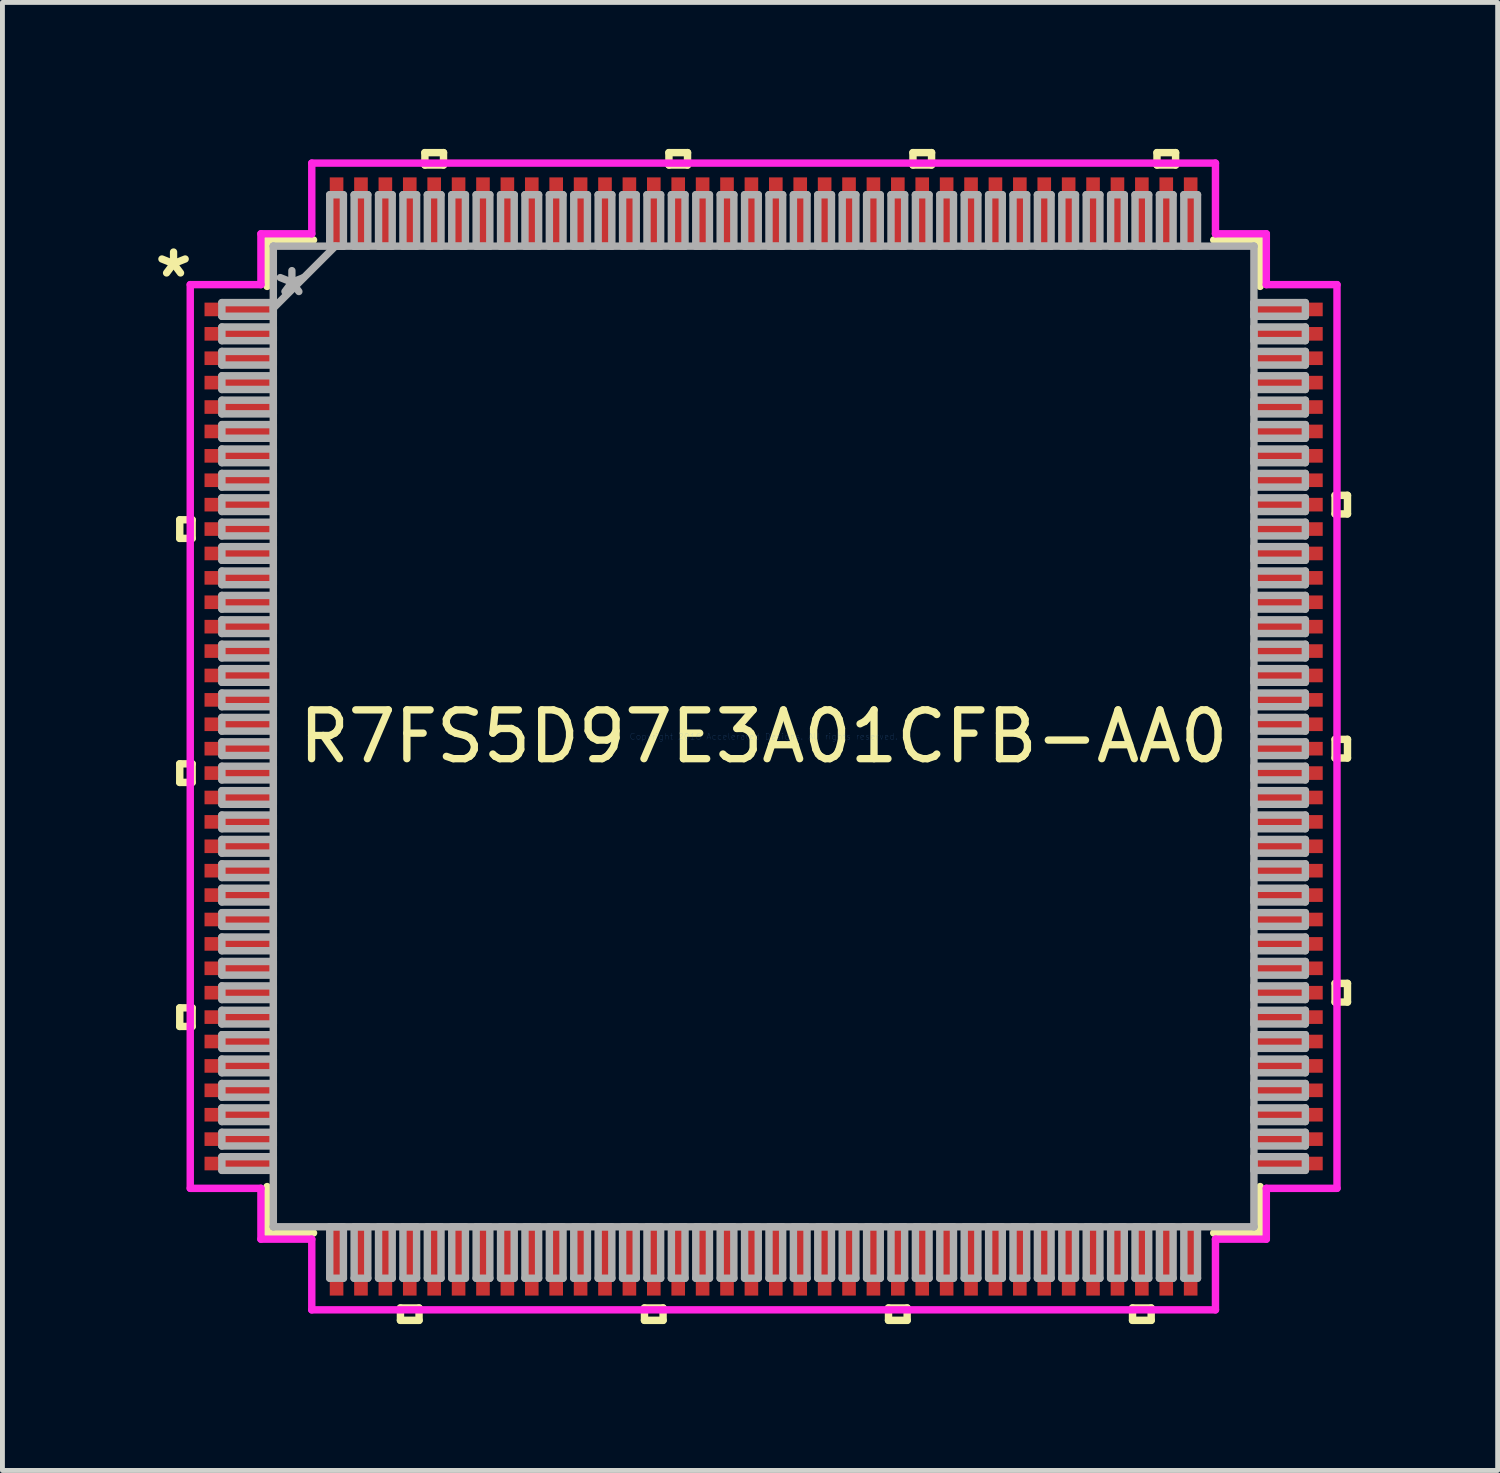
<source format=kicad_pcb>
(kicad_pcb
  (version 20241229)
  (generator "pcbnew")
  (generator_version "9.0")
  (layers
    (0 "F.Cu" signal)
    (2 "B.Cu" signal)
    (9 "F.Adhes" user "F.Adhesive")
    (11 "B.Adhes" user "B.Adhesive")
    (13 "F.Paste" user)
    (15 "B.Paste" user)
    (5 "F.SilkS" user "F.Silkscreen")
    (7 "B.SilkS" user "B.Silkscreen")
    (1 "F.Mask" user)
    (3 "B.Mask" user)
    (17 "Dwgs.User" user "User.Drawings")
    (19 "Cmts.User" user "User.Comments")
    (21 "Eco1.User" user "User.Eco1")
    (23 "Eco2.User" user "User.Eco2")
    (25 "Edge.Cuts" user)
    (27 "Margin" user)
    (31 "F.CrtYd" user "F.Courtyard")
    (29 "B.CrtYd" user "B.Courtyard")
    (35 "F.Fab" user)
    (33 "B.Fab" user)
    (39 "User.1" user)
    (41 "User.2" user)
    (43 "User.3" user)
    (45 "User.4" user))
  (footprint "R7FS5D97E3A01CFB-AA0"
    (layer "F.Cu")
    (at 12.596 12.04)
    (property "Reference" "R7FS5D97E3A01CFB-AA0" (at 0 0 0) (layer "F.SilkS") (effects (font (size 1 1) (thickness 0.15))))
    (attr through_hole)
    (fp_line (start -11.963 -4.44) (end -11.963 -4.059) (stroke (width 0.152) (type solid)) (layer "F.SilkS"))
    (fp_line (start -11.963 -4.059) (end -11.709 -4.059) (stroke (width 0.152) (type solid)) (layer "F.SilkS"))
    (fp_line (start -11.963 0.56) (end -11.963 0.941) (stroke (width 0.152) (type solid)) (layer "F.SilkS"))
    (fp_line (start -11.963 0.941) (end -11.709 0.941) (stroke (width 0.152) (type solid)) (layer "F.SilkS"))
    (fp_line (start -11.963 5.56) (end -11.963 5.941) (stroke (width 0.152) (type solid)) (layer "F.SilkS"))
    (fp_line (start -11.963 5.941) (end -11.709 5.941) (stroke (width 0.152) (type solid)) (layer "F.SilkS"))
    (fp_line (start -11.709 -4.44) (end -11.963 -4.44) (stroke (width 0.152) (type solid)) (layer "F.SilkS"))
    (fp_line (start -11.709 -4.059) (end -11.709 -4.44) (stroke (width 0.152) (type solid)) (layer "F.SilkS"))
    (fp_line (start -11.709 0.56) (end -11.963 0.56) (stroke (width 0.152) (type solid)) (layer "F.SilkS"))
    (fp_line (start -11.709 0.941) (end -11.709 0.56) (stroke (width 0.152) (type solid)) (layer "F.SilkS"))
    (fp_line (start -11.709 5.56) (end -11.963 5.56) (stroke (width 0.152) (type solid)) (layer "F.SilkS"))
    (fp_line (start -11.709 5.941) (end -11.709 5.56) (stroke (width 0.152) (type solid)) (layer "F.SilkS"))
    (fp_line (start -10.173 -10.173) (end -10.173 -9.222) (stroke (width 0.152) (type solid)) (layer "F.SilkS"))
    (fp_line (start -10.173 9.222) (end -10.173 10.173) (stroke (width 0.152) (type solid)) (layer "F.SilkS"))
    (fp_line (start -10.173 10.173) (end -9.222 10.173) (stroke (width 0.152) (type solid)) (layer "F.SilkS"))
    (fp_line (start -9.222 -10.173) (end -10.173 -10.173) (stroke (width 0.152) (type solid)) (layer "F.SilkS"))
    (fp_line (start -7.441 11.709) (end -7.441 11.963) (stroke (width 0.152) (type solid)) (layer "F.SilkS"))
    (fp_line (start -7.441 11.963) (end -7.06 11.963) (stroke (width 0.152) (type solid)) (layer "F.SilkS"))
    (fp_line (start -7.06 11.709) (end -7.441 11.709) (stroke (width 0.152) (type solid)) (layer "F.SilkS"))
    (fp_line (start -7.06 11.963) (end -7.06 11.709) (stroke (width 0.152) (type solid)) (layer "F.SilkS"))
    (fp_line (start -6.94 -11.963) (end -6.559 -11.963) (stroke (width 0.152) (type solid)) (layer "F.SilkS"))
    (fp_line (start -6.94 -11.709) (end -6.94 -11.963) (stroke (width 0.152) (type solid)) (layer "F.SilkS"))
    (fp_line (start -6.559 -11.963) (end -6.559 -11.709) (stroke (width 0.152) (type solid)) (layer "F.SilkS"))
    (fp_line (start -6.559 -11.709) (end -6.94 -11.709) (stroke (width 0.152) (type solid)) (layer "F.SilkS"))
    (fp_line (start -2.441 11.709) (end -2.441 11.963) (stroke (width 0.152) (type solid)) (layer "F.SilkS"))
    (fp_line (start -2.441 11.963) (end -2.06 11.963) (stroke (width 0.152) (type solid)) (layer "F.SilkS"))
    (fp_line (start -2.06 11.709) (end -2.441 11.709) (stroke (width 0.152) (type solid)) (layer "F.SilkS"))
    (fp_line (start -2.06 11.963) (end -2.06 11.709) (stroke (width 0.152) (type solid)) (layer "F.SilkS"))
    (fp_line (start -1.94 -11.963) (end -1.559 -11.963) (stroke (width 0.152) (type solid)) (layer "F.SilkS"))
    (fp_line (start -1.94 -11.709) (end -1.94 -11.963) (stroke (width 0.152) (type solid)) (layer "F.SilkS"))
    (fp_line (start -1.559 -11.963) (end -1.559 -11.709) (stroke (width 0.152) (type solid)) (layer "F.SilkS"))
    (fp_line (start -1.559 -11.709) (end -1.94 -11.709) (stroke (width 0.152) (type solid)) (layer "F.SilkS"))
    (fp_line (start 2.559 11.709) (end 2.559 11.963) (stroke (width 0.152) (type solid)) (layer "F.SilkS"))
    (fp_line (start 2.559 11.963) (end 2.941 11.963) (stroke (width 0.152) (type solid)) (layer "F.SilkS"))
    (fp_line (start 2.941 11.709) (end 2.559 11.709) (stroke (width 0.152) (type solid)) (layer "F.SilkS"))
    (fp_line (start 2.941 11.963) (end 2.941 11.709) (stroke (width 0.152) (type solid)) (layer "F.SilkS"))
    (fp_line (start 3.06 -11.963) (end 3.441 -11.963) (stroke (width 0.152) (type solid)) (layer "F.SilkS"))
    (fp_line (start 3.06 -11.709) (end 3.06 -11.963) (stroke (width 0.152) (type solid)) (layer "F.SilkS"))
    (fp_line (start 3.441 -11.963) (end 3.441 -11.709) (stroke (width 0.152) (type solid)) (layer "F.SilkS"))
    (fp_line (start 3.441 -11.709) (end 3.06 -11.709) (stroke (width 0.152) (type solid)) (layer "F.SilkS"))
    (fp_line (start 7.559 11.709) (end 7.559 11.963) (stroke (width 0.152) (type solid)) (layer "F.SilkS"))
    (fp_line (start 7.559 11.963) (end 7.941 11.963) (stroke (width 0.152) (type solid)) (layer "F.SilkS"))
    (fp_line (start 7.941 11.709) (end 7.559 11.709) (stroke (width 0.152) (type solid)) (layer "F.SilkS"))
    (fp_line (start 7.941 11.963) (end 7.941 11.709) (stroke (width 0.152) (type solid)) (layer "F.SilkS"))
    (fp_line (start 8.06 -11.963) (end 8.441 -11.963) (stroke (width 0.152) (type solid)) (layer "F.SilkS"))
    (fp_line (start 8.06 -11.709) (end 8.06 -11.963) (stroke (width 0.152) (type solid)) (layer "F.SilkS"))
    (fp_line (start 8.441 -11.963) (end 8.441 -11.709) (stroke (width 0.152) (type solid)) (layer "F.SilkS"))
    (fp_line (start 8.441 -11.709) (end 8.06 -11.709) (stroke (width 0.152) (type solid)) (layer "F.SilkS"))
    (fp_line (start 9.222 10.173) (end 10.173 10.173) (stroke (width 0.152) (type solid)) (layer "F.SilkS"))
    (fp_line (start 10.173 -10.173) (end 9.222 -10.173) (stroke (width 0.152) (type solid)) (layer "F.SilkS"))
    (fp_line (start 10.173 -9.222) (end 10.173 -10.173) (stroke (width 0.152) (type solid)) (layer "F.SilkS"))
    (fp_line (start 10.173 10.173) (end 10.173 9.222) (stroke (width 0.152) (type solid)) (layer "F.SilkS"))
    (fp_line (start 11.709 -4.941) (end 11.963 -4.941) (stroke (width 0.152) (type solid)) (layer "F.SilkS"))
    (fp_line (start 11.709 -4.56) (end 11.709 -4.941) (stroke (width 0.152) (type solid)) (layer "F.SilkS"))
    (fp_line (start 11.709 0.059) (end 11.963 0.059) (stroke (width 0.152) (type solid)) (layer "F.SilkS"))
    (fp_line (start 11.709 0.441) (end 11.709 0.059) (stroke (width 0.152) (type solid)) (layer "F.SilkS"))
    (fp_line (start 11.709 5.059) (end 11.963 5.059) (stroke (width 0.152) (type solid)) (layer "F.SilkS"))
    (fp_line (start 11.709 5.441) (end 11.709 5.059) (stroke (width 0.152) (type solid)) (layer "F.SilkS"))
    (fp_line (start 11.963 -4.941) (end 11.963 -4.56) (stroke (width 0.152) (type solid)) (layer "F.SilkS"))
    (fp_line (start 11.963 -4.56) (end 11.709 -4.56) (stroke (width 0.152) (type solid)) (layer "F.SilkS"))
    (fp_line (start 11.963 0.059) (end 11.963 0.441) (stroke (width 0.152) (type solid)) (layer "F.SilkS"))
    (fp_line (start 11.963 0.441) (end 11.709 0.441) (stroke (width 0.152) (type solid)) (layer "F.SilkS"))
    (fp_line (start 11.963 5.059) (end 11.963 5.441) (stroke (width 0.152) (type solid)) (layer "F.SilkS"))
    (fp_line (start 11.963 5.441) (end 11.709 5.441) (stroke (width 0.152) (type solid)) (layer "F.SilkS"))
    (fp_line (start -11.748 -9.258) (end -10.3 -9.258) (stroke (width 0.152) (type solid)) (layer "F.CrtYd"))
    (fp_line (start -11.748 9.258) (end -11.748 -9.258) (stroke (width 0.152) (type solid)) (layer "F.CrtYd"))
    (fp_line (start -10.3 -10.3) (end -9.258 -10.3) (stroke (width 0.152) (type solid)) (layer "F.CrtYd"))
    (fp_line (start -10.3 -9.258) (end -10.3 -10.3) (stroke (width 0.152) (type solid)) (layer "F.CrtYd"))
    (fp_line (start -10.3 9.258) (end -11.748 9.258) (stroke (width 0.152) (type solid)) (layer "F.CrtYd"))
    (fp_line (start -10.3 10.3) (end -10.3 9.258) (stroke (width 0.152) (type solid)) (layer "F.CrtYd"))
    (fp_line (start -9.258 -11.748) (end 9.258 -11.748) (stroke (width 0.152) (type solid)) (layer "F.CrtYd"))
    (fp_line (start -9.258 -10.3) (end -9.258 -11.748) (stroke (width 0.152) (type solid)) (layer "F.CrtYd"))
    (fp_line (start -9.258 10.3) (end -10.3 10.3) (stroke (width 0.152) (type solid)) (layer "F.CrtYd"))
    (fp_line (start -9.258 11.748) (end -9.258 10.3) (stroke (width 0.152) (type solid)) (layer "F.CrtYd"))
    (fp_line (start 9.258 -11.748) (end 9.258 -10.3) (stroke (width 0.152) (type solid)) (layer "F.CrtYd"))
    (fp_line (start 9.258 -10.3) (end 10.3 -10.3) (stroke (width 0.152) (type solid)) (layer "F.CrtYd"))
    (fp_line (start 9.258 10.3) (end 9.258 11.748) (stroke (width 0.152) (type solid)) (layer "F.CrtYd"))
    (fp_line (start 9.258 11.748) (end -9.258 11.748) (stroke (width 0.152) (type solid)) (layer "F.CrtYd"))
    (fp_line (start 10.3 -10.3) (end 10.3 -9.258) (stroke (width 0.152) (type solid)) (layer "F.CrtYd"))
    (fp_line (start 10.3 -9.258) (end 11.748 -9.258) (stroke (width 0.152) (type solid)) (layer "F.CrtYd"))
    (fp_line (start 10.3 9.258) (end 10.3 10.3) (stroke (width 0.152) (type solid)) (layer "F.CrtYd"))
    (fp_line (start 10.3 10.3) (end 9.258 10.3) (stroke (width 0.152) (type solid)) (layer "F.CrtYd"))
    (fp_line (start 11.748 -9.258) (end 11.748 9.258) (stroke (width 0.152) (type solid)) (layer "F.CrtYd"))
    (fp_line (start 11.748 9.258) (end 10.3 9.258) (stroke (width 0.152) (type solid)) (layer "F.CrtYd"))
    (fp_line (start -11.1 -8.89) (end -11.1 -8.61) (stroke (width 0.152) (type solid)) (layer "F.Fab"))
    (fp_line (start -11.1 -8.61) (end -10.046 -8.61) (stroke (width 0.152) (type solid)) (layer "F.Fab"))
    (fp_line (start -11.1 -8.39) (end -11.1 -8.11) (stroke (width 0.152) (type solid)) (layer "F.Fab"))
    (fp_line (start -11.1 -8.11) (end -10.046 -8.11) (stroke (width 0.152) (type solid)) (layer "F.Fab"))
    (fp_line (start -11.1 -7.89) (end -11.1 -7.61) (stroke (width 0.152) (type solid)) (layer "F.Fab"))
    (fp_line (start -11.1 -7.61) (end -10.046 -7.61) (stroke (width 0.152) (type solid)) (layer "F.Fab"))
    (fp_line (start -11.1 -7.39) (end -11.1 -7.11) (stroke (width 0.152) (type solid)) (layer "F.Fab"))
    (fp_line (start -11.1 -7.11) (end -10.046 -7.11) (stroke (width 0.152) (type solid)) (layer "F.Fab"))
    (fp_line (start -11.1 -6.89) (end -11.1 -6.61) (stroke (width 0.152) (type solid)) (layer "F.Fab"))
    (fp_line (start -11.1 -6.61) (end -10.046 -6.61) (stroke (width 0.152) (type solid)) (layer "F.Fab"))
    (fp_line (start -11.1 -6.39) (end -11.1 -6.11) (stroke (width 0.152) (type solid)) (layer "F.Fab"))
    (fp_line (start -11.1 -6.11) (end -10.046 -6.11) (stroke (width 0.152) (type solid)) (layer "F.Fab"))
    (fp_line (start -11.1 -5.89) (end -11.1 -5.61) (stroke (width 0.152) (type solid)) (layer "F.Fab"))
    (fp_line (start -11.1 -5.61) (end -10.046 -5.61) (stroke (width 0.152) (type solid)) (layer "F.Fab"))
    (fp_line (start -11.1 -5.39) (end -11.1 -5.11) (stroke (width 0.152) (type solid)) (layer "F.Fab"))
    (fp_line (start -11.1 -5.11) (end -10.046 -5.11) (stroke (width 0.152) (type solid)) (layer "F.Fab"))
    (fp_line (start -11.1 -4.89) (end -11.1 -4.61) (stroke (width 0.152) (type solid)) (layer "F.Fab"))
    (fp_line (start -11.1 -4.61) (end -10.046 -4.61) (stroke (width 0.152) (type solid)) (layer "F.Fab"))
    (fp_line (start -11.1 -4.39) (end -11.1 -4.11) (stroke (width 0.152) (type solid)) (layer "F.Fab"))
    (fp_line (start -11.1 -4.11) (end -10.046 -4.11) (stroke (width 0.152) (type solid)) (layer "F.Fab"))
    (fp_line (start -11.1 -3.89) (end -11.1 -3.61) (stroke (width 0.152) (type solid)) (layer "F.Fab"))
    (fp_line (start -11.1 -3.61) (end -10.046 -3.61) (stroke (width 0.152) (type solid)) (layer "F.Fab"))
    (fp_line (start -11.1 -3.39) (end -11.1 -3.11) (stroke (width 0.152) (type solid)) (layer "F.Fab"))
    (fp_line (start -11.1 -3.11) (end -10.046 -3.11) (stroke (width 0.152) (type solid)) (layer "F.Fab"))
    (fp_line (start -11.1 -2.89) (end -11.1 -2.61) (stroke (width 0.152) (type solid)) (layer "F.Fab"))
    (fp_line (start -11.1 -2.61) (end -10.046 -2.61) (stroke (width 0.152) (type solid)) (layer "F.Fab"))
    (fp_line (start -11.1 -2.39) (end -11.1 -2.11) (stroke (width 0.152) (type solid)) (layer "F.Fab"))
    (fp_line (start -11.1 -2.11) (end -10.046 -2.11) (stroke (width 0.152) (type solid)) (layer "F.Fab"))
    (fp_line (start -11.1 -1.89) (end -11.1 -1.61) (stroke (width 0.152) (type solid)) (layer "F.Fab"))
    (fp_line (start -11.1 -1.61) (end -10.046 -1.61) (stroke (width 0.152) (type solid)) (layer "F.Fab"))
    (fp_line (start -11.1 -1.39) (end -11.1 -1.11) (stroke (width 0.152) (type solid)) (layer "F.Fab"))
    (fp_line (start -11.1 -1.11) (end -10.046 -1.11) (stroke (width 0.152) (type solid)) (layer "F.Fab"))
    (fp_line (start -11.1 -0.89) (end -11.1 -0.61) (stroke (width 0.152) (type solid)) (layer "F.Fab"))
    (fp_line (start -11.1 -0.61) (end -10.046 -0.61) (stroke (width 0.152) (type solid)) (layer "F.Fab"))
    (fp_line (start -11.1 -0.39) (end -11.1 -0.11) (stroke (width 0.152) (type solid)) (layer "F.Fab"))
    (fp_line (start -11.1 -0.11) (end -10.046 -0.11) (stroke (width 0.152) (type solid)) (layer "F.Fab"))
    (fp_line (start -11.1 0.11) (end -11.1 0.39) (stroke (width 0.152) (type solid)) (layer "F.Fab"))
    (fp_line (start -11.1 0.39) (end -10.046 0.39) (stroke (width 0.152) (type solid)) (layer "F.Fab"))
    (fp_line (start -11.1 0.61) (end -11.1 0.89) (stroke (width 0.152) (type solid)) (layer "F.Fab"))
    (fp_line (start -11.1 0.89) (end -10.046 0.89) (stroke (width 0.152) (type solid)) (layer "F.Fab"))
    (fp_line (start -11.1 1.11) (end -11.1 1.39) (stroke (width 0.152) (type solid)) (layer "F.Fab"))
    (fp_line (start -11.1 1.39) (end -10.046 1.39) (stroke (width 0.152) (type solid)) (layer "F.Fab"))
    (fp_line (start -11.1 1.61) (end -11.1 1.89) (stroke (width 0.152) (type solid)) (layer "F.Fab"))
    (fp_line (start -11.1 1.89) (end -10.046 1.89) (stroke (width 0.152) (type solid)) (layer "F.Fab"))
    (fp_line (start -11.1 2.11) (end -11.1 2.39) (stroke (width 0.152) (type solid)) (layer "F.Fab"))
    (fp_line (start -11.1 2.39) (end -10.046 2.39) (stroke (width 0.152) (type solid)) (layer "F.Fab"))
    (fp_line (start -11.1 2.61) (end -11.1 2.89) (stroke (width 0.152) (type solid)) (layer "F.Fab"))
    (fp_line (start -11.1 2.89) (end -10.046 2.89) (stroke (width 0.152) (type solid)) (layer "F.Fab"))
    (fp_line (start -11.1 3.11) (end -11.1 3.39) (stroke (width 0.152) (type solid)) (layer "F.Fab"))
    (fp_line (start -11.1 3.39) (end -10.046 3.39) (stroke (width 0.152) (type solid)) (layer "F.Fab"))
    (fp_line (start -11.1 3.61) (end -11.1 3.89) (stroke (width 0.152) (type solid)) (layer "F.Fab"))
    (fp_line (start -11.1 3.89) (end -10.046 3.89) (stroke (width 0.152) (type solid)) (layer "F.Fab"))
    (fp_line (start -11.1 4.11) (end -11.1 4.39) (stroke (width 0.152) (type solid)) (layer "F.Fab"))
    (fp_line (start -11.1 4.39) (end -10.046 4.39) (stroke (width 0.152) (type solid)) (layer "F.Fab"))
    (fp_line (start -11.1 4.61) (end -11.1 4.89) (stroke (width 0.152) (type solid)) (layer "F.Fab"))
    (fp_line (start -11.1 4.89) (end -10.046 4.89) (stroke (width 0.152) (type solid)) (layer "F.Fab"))
    (fp_line (start -11.1 5.11) (end -11.1 5.39) (stroke (width 0.152) (type solid)) (layer "F.Fab"))
    (fp_line (start -11.1 5.39) (end -10.046 5.39) (stroke (width 0.152) (type solid)) (layer "F.Fab"))
    (fp_line (start -11.1 5.61) (end -11.1 5.89) (stroke (width 0.152) (type solid)) (layer "F.Fab"))
    (fp_line (start -11.1 5.89) (end -10.046 5.89) (stroke (width 0.152) (type solid)) (layer "F.Fab"))
    (fp_line (start -11.1 6.11) (end -11.1 6.39) (stroke (width 0.152) (type solid)) (layer "F.Fab"))
    (fp_line (start -11.1 6.39) (end -10.046 6.39) (stroke (width 0.152) (type solid)) (layer "F.Fab"))
    (fp_line (start -11.1 6.61) (end -11.1 6.89) (stroke (width 0.152) (type solid)) (layer "F.Fab"))
    (fp_line (start -11.1 6.89) (end -10.046 6.89) (stroke (width 0.152) (type solid)) (layer "F.Fab"))
    (fp_line (start -11.1 7.11) (end -11.1 7.39) (stroke (width 0.152) (type solid)) (layer "F.Fab"))
    (fp_line (start -11.1 7.39) (end -10.046 7.39) (stroke (width 0.152) (type solid)) (layer "F.Fab"))
    (fp_line (start -11.1 7.61) (end -11.1 7.89) (stroke (width 0.152) (type solid)) (layer "F.Fab"))
    (fp_line (start -11.1 7.89) (end -10.046 7.89) (stroke (width 0.152) (type solid)) (layer "F.Fab"))
    (fp_line (start -11.1 8.11) (end -11.1 8.39) (stroke (width 0.152) (type solid)) (layer "F.Fab"))
    (fp_line (start -11.1 8.39) (end -10.046 8.39) (stroke (width 0.152) (type solid)) (layer "F.Fab"))
    (fp_line (start -11.1 8.61) (end -11.1 8.89) (stroke (width 0.152) (type solid)) (layer "F.Fab"))
    (fp_line (start -11.1 8.89) (end -10.046 8.89) (stroke (width 0.152) (type solid)) (layer "F.Fab"))
    (fp_line (start -10.046 -10.046) (end -10.046 -10.046) (stroke (width 0.152) (type solid)) (layer "F.Fab"))
    (fp_line (start -10.046 -10.046) (end -10.046 10.046) (stroke (width 0.152) (type solid)) (layer "F.Fab"))
    (fp_line (start -10.046 -8.89) (end -11.1 -8.89) (stroke (width 0.152) (type solid)) (layer "F.Fab"))
    (fp_line (start -10.046 -8.776) (end -8.776 -10.046) (stroke (width 0.152) (type solid)) (layer "F.Fab"))
    (fp_line (start -10.046 -8.61) (end -10.046 -8.89) (stroke (width 0.152) (type solid)) (layer "F.Fab"))
    (fp_line (start -10.046 -8.39) (end -11.1 -8.39) (stroke (width 0.152) (type solid)) (layer "F.Fab"))
    (fp_line (start -10.046 -8.11) (end -10.046 -8.39) (stroke (width 0.152) (type solid)) (layer "F.Fab"))
    (fp_line (start -10.046 -7.89) (end -11.1 -7.89) (stroke (width 0.152) (type solid)) (layer "F.Fab"))
    (fp_line (start -10.046 -7.61) (end -10.046 -7.89) (stroke (width 0.152) (type solid)) (layer "F.Fab"))
    (fp_line (start -10.046 -7.39) (end -11.1 -7.39) (stroke (width 0.152) (type solid)) (layer "F.Fab"))
    (fp_line (start -10.046 -7.11) (end -10.046 -7.39) (stroke (width 0.152) (type solid)) (layer "F.Fab"))
    (fp_line (start -10.046 -6.89) (end -11.1 -6.89) (stroke (width 0.152) (type solid)) (layer "F.Fab"))
    (fp_line (start -10.046 -6.61) (end -10.046 -6.89) (stroke (width 0.152) (type solid)) (layer "F.Fab"))
    (fp_line (start -10.046 -6.39) (end -11.1 -6.39) (stroke (width 0.152) (type solid)) (layer "F.Fab"))
    (fp_line (start -10.046 -6.11) (end -10.046 -6.39) (stroke (width 0.152) (type solid)) (layer "F.Fab"))
    (fp_line (start -10.046 -5.89) (end -11.1 -5.89) (stroke (width 0.152) (type solid)) (layer "F.Fab"))
    (fp_line (start -10.046 -5.61) (end -10.046 -5.89) (stroke (width 0.152) (type solid)) (layer "F.Fab"))
    (fp_line (start -10.046 -5.39) (end -11.1 -5.39) (stroke (width 0.152) (type solid)) (layer "F.Fab"))
    (fp_line (start -10.046 -5.11) (end -10.046 -5.39) (stroke (width 0.152) (type solid)) (layer "F.Fab"))
    (fp_line (start -10.046 -4.89) (end -11.1 -4.89) (stroke (width 0.152) (type solid)) (layer "F.Fab"))
    (fp_line (start -10.046 -4.61) (end -10.046 -4.89) (stroke (width 0.152) (type solid)) (layer "F.Fab"))
    (fp_line (start -10.046 -4.39) (end -11.1 -4.39) (stroke (width 0.152) (type solid)) (layer "F.Fab"))
    (fp_line (start -10.046 -4.11) (end -10.046 -4.39) (stroke (width 0.152) (type solid)) (layer "F.Fab"))
    (fp_line (start -10.046 -3.89) (end -11.1 -3.89) (stroke (width 0.152) (type solid)) (layer "F.Fab"))
    (fp_line (start -10.046 -3.61) (end -10.046 -3.89) (stroke (width 0.152) (type solid)) (layer "F.Fab"))
    (fp_line (start -10.046 -3.39) (end -11.1 -3.39) (stroke (width 0.152) (type solid)) (layer "F.Fab"))
    (fp_line (start -10.046 -3.11) (end -10.046 -3.39) (stroke (width 0.152) (type solid)) (layer "F.Fab"))
    (fp_line (start -10.046 -2.89) (end -11.1 -2.89) (stroke (width 0.152) (type solid)) (layer "F.Fab"))
    (fp_line (start -10.046 -2.61) (end -10.046 -2.89) (stroke (width 0.152) (type solid)) (layer "F.Fab"))
    (fp_line (start -10.046 -2.39) (end -11.1 -2.39) (stroke (width 0.152) (type solid)) (layer "F.Fab"))
    (fp_line (start -10.046 -2.11) (end -10.046 -2.39) (stroke (width 0.152) (type solid)) (layer "F.Fab"))
    (fp_line (start -10.046 -1.89) (end -11.1 -1.89) (stroke (width 0.152) (type solid)) (layer "F.Fab"))
    (fp_line (start -10.046 -1.61) (end -10.046 -1.89) (stroke (width 0.152) (type solid)) (layer "F.Fab"))
    (fp_line (start -10.046 -1.39) (end -11.1 -1.39) (stroke (width 0.152) (type solid)) (layer "F.Fab"))
    (fp_line (start -10.046 -1.11) (end -10.046 -1.39) (stroke (width 0.152) (type solid)) (layer "F.Fab"))
    (fp_line (start -10.046 -0.89) (end -11.1 -0.89) (stroke (width 0.152) (type solid)) (layer "F.Fab"))
    (fp_line (start -10.046 -0.61) (end -10.046 -0.89) (stroke (width 0.152) (type solid)) (layer "F.Fab"))
    (fp_line (start -10.046 -0.39) (end -11.1 -0.39) (stroke (width 0.152) (type solid)) (layer "F.Fab"))
    (fp_line (start -10.046 -0.11) (end -10.046 -0.39) (stroke (width 0.152) (type solid)) (layer "F.Fab"))
    (fp_line (start -10.046 0.11) (end -11.1 0.11) (stroke (width 0.152) (type solid)) (layer "F.Fab"))
    (fp_line (start -10.046 0.39) (end -10.046 0.11) (stroke (width 0.152) (type solid)) (layer "F.Fab"))
    (fp_line (start -10.046 0.61) (end -11.1 0.61) (stroke (width 0.152) (type solid)) (layer "F.Fab"))
    (fp_line (start -10.046 0.89) (end -10.046 0.61) (stroke (width 0.152) (type solid)) (layer "F.Fab"))
    (fp_line (start -10.046 1.11) (end -11.1 1.11) (stroke (width 0.152) (type solid)) (layer "F.Fab"))
    (fp_line (start -10.046 1.39) (end -10.046 1.11) (stroke (width 0.152) (type solid)) (layer "F.Fab"))
    (fp_line (start -10.046 1.61) (end -11.1 1.61) (stroke (width 0.152) (type solid)) (layer "F.Fab"))
    (fp_line (start -10.046 1.89) (end -10.046 1.61) (stroke (width 0.152) (type solid)) (layer "F.Fab"))
    (fp_line (start -10.046 2.11) (end -11.1 2.11) (stroke (width 0.152) (type solid)) (layer "F.Fab"))
    (fp_line (start -10.046 2.39) (end -10.046 2.11) (stroke (width 0.152) (type solid)) (layer "F.Fab"))
    (fp_line (start -10.046 2.61) (end -11.1 2.61) (stroke (width 0.152) (type solid)) (layer "F.Fab"))
    (fp_line (start -10.046 2.89) (end -10.046 2.61) (stroke (width 0.152) (type solid)) (layer "F.Fab"))
    (fp_line (start -10.046 3.11) (end -11.1 3.11) (stroke (width 0.152) (type solid)) (layer "F.Fab"))
    (fp_line (start -10.046 3.39) (end -10.046 3.11) (stroke (width 0.152) (type solid)) (layer "F.Fab"))
    (fp_line (start -10.046 3.61) (end -11.1 3.61) (stroke (width 0.152) (type solid)) (layer "F.Fab"))
    (fp_line (start -10.046 3.89) (end -10.046 3.61) (stroke (width 0.152) (type solid)) (layer "F.Fab"))
    (fp_line (start -10.046 4.11) (end -11.1 4.11) (stroke (width 0.152) (type solid)) (layer "F.Fab"))
    (fp_line (start -10.046 4.39) (end -10.046 4.11) (stroke (width 0.152) (type solid)) (layer "F.Fab"))
    (fp_line (start -10.046 4.61) (end -11.1 4.61) (stroke (width 0.152) (type solid)) (layer "F.Fab"))
    (fp_line (start -10.046 4.89) (end -10.046 4.61) (stroke (width 0.152) (type solid)) (layer "F.Fab"))
    (fp_line (start -10.046 5.11) (end -11.1 5.11) (stroke (width 0.152) (type solid)) (layer "F.Fab"))
    (fp_line (start -10.046 5.39) (end -10.046 5.11) (stroke (width 0.152) (type solid)) (layer "F.Fab"))
    (fp_line (start -10.046 5.61) (end -11.1 5.61) (stroke (width 0.152) (type solid)) (layer "F.Fab"))
    (fp_line (start -10.046 5.89) (end -10.046 5.61) (stroke (width 0.152) (type solid)) (layer "F.Fab"))
    (fp_line (start -10.046 6.11) (end -11.1 6.11) (stroke (width 0.152) (type solid)) (layer "F.Fab"))
    (fp_line (start -10.046 6.39) (end -10.046 6.11) (stroke (width 0.152) (type solid)) (layer "F.Fab"))
    (fp_line (start -10.046 6.61) (end -11.1 6.61) (stroke (width 0.152) (type solid)) (layer "F.Fab"))
    (fp_line (start -10.046 6.89) (end -10.046 6.61) (stroke (width 0.152) (type solid)) (layer "F.Fab"))
    (fp_line (start -10.046 7.11) (end -11.1 7.11) (stroke (width 0.152) (type solid)) (layer "F.Fab"))
    (fp_line (start -10.046 7.39) (end -10.046 7.11) (stroke (width 0.152) (type solid)) (layer "F.Fab"))
    (fp_line (start -10.046 7.61) (end -11.1 7.61) (stroke (width 0.152) (type solid)) (layer "F.Fab"))
    (fp_line (start -10.046 7.89) (end -10.046 7.61) (stroke (width 0.152) (type solid)) (layer "F.Fab"))
    (fp_line (start -10.046 8.11) (end -11.1 8.11) (stroke (width 0.152) (type solid)) (layer "F.Fab"))
    (fp_line (start -10.046 8.39) (end -10.046 8.11) (stroke (width 0.152) (type solid)) (layer "F.Fab"))
    (fp_line (start -10.046 8.61) (end -11.1 8.61) (stroke (width 0.152) (type solid)) (layer "F.Fab"))
    (fp_line (start -10.046 8.89) (end -10.046 8.61) (stroke (width 0.152) (type solid)) (layer "F.Fab"))
    (fp_line (start -10.046 10.046) (end -10.046 10.046) (stroke (width 0.152) (type solid)) (layer "F.Fab"))
    (fp_line (start -10.046 10.046) (end 10.046 10.046) (stroke (width 0.152) (type solid)) (layer "F.Fab"))
    (fp_line (start -8.89 -11.1) (end -8.89 -10.046) (stroke (width 0.152) (type solid)) (layer "F.Fab"))
    (fp_line (start -8.89 -10.046) (end -8.61 -10.046) (stroke (width 0.152) (type solid)) (layer "F.Fab"))
    (fp_line (start -8.89 10.046) (end -8.89 11.1) (stroke (width 0.152) (type solid)) (layer "F.Fab"))
    (fp_line (start -8.89 11.1) (end -8.61 11.1) (stroke (width 0.152) (type solid)) (layer "F.Fab"))
    (fp_line (start -8.61 -11.1) (end -8.89 -11.1) (stroke (width 0.152) (type solid)) (layer "F.Fab"))
    (fp_line (start -8.61 -10.046) (end -8.61 -11.1) (stroke (width 0.152) (type solid)) (layer "F.Fab"))
    (fp_line (start -8.61 10.046) (end -8.89 10.046) (stroke (width 0.152) (type solid)) (layer "F.Fab"))
    (fp_line (start -8.61 11.1) (end -8.61 10.046) (stroke (width 0.152) (type solid)) (layer "F.Fab"))
    (fp_line (start -8.39 -11.1) (end -8.39 -10.046) (stroke (width 0.152) (type solid)) (layer "F.Fab"))
    (fp_line (start -8.39 -10.046) (end -8.11 -10.046) (stroke (width 0.152) (type solid)) (layer "F.Fab"))
    (fp_line (start -8.39 10.046) (end -8.39 11.1) (stroke (width 0.152) (type solid)) (layer "F.Fab"))
    (fp_line (start -8.39 11.1) (end -8.11 11.1) (stroke (width 0.152) (type solid)) (layer "F.Fab"))
    (fp_line (start -8.11 -11.1) (end -8.39 -11.1) (stroke (width 0.152) (type solid)) (layer "F.Fab"))
    (fp_line (start -8.11 -10.046) (end -8.11 -11.1) (stroke (width 0.152) (type solid)) (layer "F.Fab"))
    (fp_line (start -8.11 10.046) (end -8.39 10.046) (stroke (width 0.152) (type solid)) (layer "F.Fab"))
    (fp_line (start -8.11 11.1) (end -8.11 10.046) (stroke (width 0.152) (type solid)) (layer "F.Fab"))
    (fp_line (start -7.89 -11.1) (end -7.89 -10.046) (stroke (width 0.152) (type solid)) (layer "F.Fab"))
    (fp_line (start -7.89 -10.046) (end -7.61 -10.046) (stroke (width 0.152) (type solid)) (layer "F.Fab"))
    (fp_line (start -7.89 10.046) (end -7.89 11.1) (stroke (width 0.152) (type solid)) (layer "F.Fab"))
    (fp_line (start -7.89 11.1) (end -7.61 11.1) (stroke (width 0.152) (type solid)) (layer "F.Fab"))
    (fp_line (start -7.61 -11.1) (end -7.89 -11.1) (stroke (width 0.152) (type solid)) (layer "F.Fab"))
    (fp_line (start -7.61 -10.046) (end -7.61 -11.1) (stroke (width 0.152) (type solid)) (layer "F.Fab"))
    (fp_line (start -7.61 10.046) (end -7.89 10.046) (stroke (width 0.152) (type solid)) (layer "F.Fab"))
    (fp_line (start -7.61 11.1) (end -7.61 10.046) (stroke (width 0.152) (type solid)) (layer "F.Fab"))
    (fp_line (start -7.39 -11.1) (end -7.39 -10.046) (stroke (width 0.152) (type solid)) (layer "F.Fab"))
    (fp_line (start -7.39 -10.046) (end -7.11 -10.046) (stroke (width 0.152) (type solid)) (layer "F.Fab"))
    (fp_line (start -7.39 10.046) (end -7.39 11.1) (stroke (width 0.152) (type solid)) (layer "F.Fab"))
    (fp_line (start -7.39 11.1) (end -7.11 11.1) (stroke (width 0.152) (type solid)) (layer "F.Fab"))
    (fp_line (start -7.11 -11.1) (end -7.39 -11.1) (stroke (width 0.152) (type solid)) (layer "F.Fab"))
    (fp_line (start -7.11 -10.046) (end -7.11 -11.1) (stroke (width 0.152) (type solid)) (layer "F.Fab"))
    (fp_line (start -7.11 10.046) (end -7.39 10.046) (stroke (width 0.152) (type solid)) (layer "F.Fab"))
    (fp_line (start -7.11 11.1) (end -7.11 10.046) (stroke (width 0.152) (type solid)) (layer "F.Fab"))
    (fp_line (start -6.89 -11.1) (end -6.89 -10.046) (stroke (width 0.152) (type solid)) (layer "F.Fab"))
    (fp_line (start -6.89 -10.046) (end -6.61 -10.046) (stroke (width 0.152) (type solid)) (layer "F.Fab"))
    (fp_line (start -6.89 10.046) (end -6.89 11.1) (stroke (width 0.152) (type solid)) (layer "F.Fab"))
    (fp_line (start -6.89 11.1) (end -6.61 11.1) (stroke (width 0.152) (type solid)) (layer "F.Fab"))
    (fp_line (start -6.61 -11.1) (end -6.89 -11.1) (stroke (width 0.152) (type solid)) (layer "F.Fab"))
    (fp_line (start -6.61 -10.046) (end -6.61 -11.1) (stroke (width 0.152) (type solid)) (layer "F.Fab"))
    (fp_line (start -6.61 10.046) (end -6.89 10.046) (stroke (width 0.152) (type solid)) (layer "F.Fab"))
    (fp_line (start -6.61 11.1) (end -6.61 10.046) (stroke (width 0.152) (type solid)) (layer "F.Fab"))
    (fp_line (start -6.39 -11.1) (end -6.39 -10.046) (stroke (width 0.152) (type solid)) (layer "F.Fab"))
    (fp_line (start -6.39 -10.046) (end -6.11 -10.046) (stroke (width 0.152) (type solid)) (layer "F.Fab"))
    (fp_line (start -6.39 10.046) (end -6.39 11.1) (stroke (width 0.152) (type solid)) (layer "F.Fab"))
    (fp_line (start -6.39 11.1) (end -6.11 11.1) (stroke (width 0.152) (type solid)) (layer "F.Fab"))
    (fp_line (start -6.11 -11.1) (end -6.39 -11.1) (stroke (width 0.152) (type solid)) (layer "F.Fab"))
    (fp_line (start -6.11 -10.046) (end -6.11 -11.1) (stroke (width 0.152) (type solid)) (layer "F.Fab"))
    (fp_line (start -6.11 10.046) (end -6.39 10.046) (stroke (width 0.152) (type solid)) (layer "F.Fab"))
    (fp_line (start -6.11 11.1) (end -6.11 10.046) (stroke (width 0.152) (type solid)) (layer "F.Fab"))
    (fp_line (start -5.89 -11.1) (end -5.89 -10.046) (stroke (width 0.152) (type solid)) (layer "F.Fab"))
    (fp_line (start -5.89 -10.046) (end -5.61 -10.046) (stroke (width 0.152) (type solid)) (layer "F.Fab"))
    (fp_line (start -5.89 10.046) (end -5.89 11.1) (stroke (width 0.152) (type solid)) (layer "F.Fab"))
    (fp_line (start -5.89 11.1) (end -5.61 11.1) (stroke (width 0.152) (type solid)) (layer "F.Fab"))
    (fp_line (start -5.61 -11.1) (end -5.89 -11.1) (stroke (width 0.152) (type solid)) (layer "F.Fab"))
    (fp_line (start -5.61 -10.046) (end -5.61 -11.1) (stroke (width 0.152) (type solid)) (layer "F.Fab"))
    (fp_line (start -5.61 10.046) (end -5.89 10.046) (stroke (width 0.152) (type solid)) (layer "F.Fab"))
    (fp_line (start -5.61 11.1) (end -5.61 10.046) (stroke (width 0.152) (type solid)) (layer "F.Fab"))
    (fp_line (start -5.39 -11.1) (end -5.39 -10.046) (stroke (width 0.152) (type solid)) (layer "F.Fab"))
    (fp_line (start -5.39 -10.046) (end -5.11 -10.046) (stroke (width 0.152) (type solid)) (layer "F.Fab"))
    (fp_line (start -5.39 10.046) (end -5.39 11.1) (stroke (width 0.152) (type solid)) (layer "F.Fab"))
    (fp_line (start -5.39 11.1) (end -5.11 11.1) (stroke (width 0.152) (type solid)) (layer "F.Fab"))
    (fp_line (start -5.11 -11.1) (end -5.39 -11.1) (stroke (width 0.152) (type solid)) (layer "F.Fab"))
    (fp_line (start -5.11 -10.046) (end -5.11 -11.1) (stroke (width 0.152) (type solid)) (layer "F.Fab"))
    (fp_line (start -5.11 10.046) (end -5.39 10.046) (stroke (width 0.152) (type solid)) (layer "F.Fab"))
    (fp_line (start -5.11 11.1) (end -5.11 10.046) (stroke (width 0.152) (type solid)) (layer "F.Fab"))
    (fp_line (start -4.89 -11.1) (end -4.89 -10.046) (stroke (width 0.152) (type solid)) (layer "F.Fab"))
    (fp_line (start -4.89 -10.046) (end -4.61 -10.046) (stroke (width 0.152) (type solid)) (layer "F.Fab"))
    (fp_line (start -4.89 10.046) (end -4.89 11.1) (stroke (width 0.152) (type solid)) (layer "F.Fab"))
    (fp_line (start -4.89 11.1) (end -4.61 11.1) (stroke (width 0.152) (type solid)) (layer "F.Fab"))
    (fp_line (start -4.61 -11.1) (end -4.89 -11.1) (stroke (width 0.152) (type solid)) (layer "F.Fab"))
    (fp_line (start -4.61 -10.046) (end -4.61 -11.1) (stroke (width 0.152) (type solid)) (layer "F.Fab"))
    (fp_line (start -4.61 10.046) (end -4.89 10.046) (stroke (width 0.152) (type solid)) (layer "F.Fab"))
    (fp_line (start -4.61 11.1) (end -4.61 10.046) (stroke (width 0.152) (type solid)) (layer "F.Fab"))
    (fp_line (start -4.39 -11.1) (end -4.39 -10.046) (stroke (width 0.152) (type solid)) (layer "F.Fab"))
    (fp_line (start -4.39 -10.046) (end -4.11 -10.046) (stroke (width 0.152) (type solid)) (layer "F.Fab"))
    (fp_line (start -4.39 10.046) (end -4.39 11.1) (stroke (width 0.152) (type solid)) (layer "F.Fab"))
    (fp_line (start -4.39 11.1) (end -4.11 11.1) (stroke (width 0.152) (type solid)) (layer "F.Fab"))
    (fp_line (start -4.11 -11.1) (end -4.39 -11.1) (stroke (width 0.152) (type solid)) (layer "F.Fab"))
    (fp_line (start -4.11 -10.046) (end -4.11 -11.1) (stroke (width 0.152) (type solid)) (layer "F.Fab"))
    (fp_line (start -4.11 10.046) (end -4.39 10.046) (stroke (width 0.152) (type solid)) (layer "F.Fab"))
    (fp_line (start -4.11 11.1) (end -4.11 10.046) (stroke (width 0.152) (type solid)) (layer "F.Fab"))
    (fp_line (start -3.89 -11.1) (end -3.89 -10.046) (stroke (width 0.152) (type solid)) (layer "F.Fab"))
    (fp_line (start -3.89 -10.046) (end -3.61 -10.046) (stroke (width 0.152) (type solid)) (layer "F.Fab"))
    (fp_line (start -3.89 10.046) (end -3.89 11.1) (stroke (width 0.152) (type solid)) (layer "F.Fab"))
    (fp_line (start -3.89 11.1) (end -3.61 11.1) (stroke (width 0.152) (type solid)) (layer "F.Fab"))
    (fp_line (start -3.61 -11.1) (end -3.89 -11.1) (stroke (width 0.152) (type solid)) (layer "F.Fab"))
    (fp_line (start -3.61 -10.046) (end -3.61 -11.1) (stroke (width 0.152) (type solid)) (layer "F.Fab"))
    (fp_line (start -3.61 10.046) (end -3.89 10.046) (stroke (width 0.152) (type solid)) (layer "F.Fab"))
    (fp_line (start -3.61 11.1) (end -3.61 10.046) (stroke (width 0.152) (type solid)) (layer "F.Fab"))
    (fp_line (start -3.39 -11.1) (end -3.39 -10.046) (stroke (width 0.152) (type solid)) (layer "F.Fab"))
    (fp_line (start -3.39 -10.046) (end -3.11 -10.046) (stroke (width 0.152) (type solid)) (layer "F.Fab"))
    (fp_line (start -3.39 10.046) (end -3.39 11.1) (stroke (width 0.152) (type solid)) (layer "F.Fab"))
    (fp_line (start -3.39 11.1) (end -3.11 11.1) (stroke (width 0.152) (type solid)) (layer "F.Fab"))
    (fp_line (start -3.11 -11.1) (end -3.39 -11.1) (stroke (width 0.152) (type solid)) (layer "F.Fab"))
    (fp_line (start -3.11 -10.046) (end -3.11 -11.1) (stroke (width 0.152) (type solid)) (layer "F.Fab"))
    (fp_line (start -3.11 10.046) (end -3.39 10.046) (stroke (width 0.152) (type solid)) (layer "F.Fab"))
    (fp_line (start -3.11 11.1) (end -3.11 10.046) (stroke (width 0.152) (type solid)) (layer "F.Fab"))
    (fp_line (start -2.89 -11.1) (end -2.89 -10.046) (stroke (width 0.152) (type solid)) (layer "F.Fab"))
    (fp_line (start -2.89 -10.046) (end -2.61 -10.046) (stroke (width 0.152) (type solid)) (layer "F.Fab"))
    (fp_line (start -2.89 10.046) (end -2.89 11.1) (stroke (width 0.152) (type solid)) (layer "F.Fab"))
    (fp_line (start -2.89 11.1) (end -2.61 11.1) (stroke (width 0.152) (type solid)) (layer "F.Fab"))
    (fp_line (start -2.61 -11.1) (end -2.89 -11.1) (stroke (width 0.152) (type solid)) (layer "F.Fab"))
    (fp_line (start -2.61 -10.046) (end -2.61 -11.1) (stroke (width 0.152) (type solid)) (layer "F.Fab"))
    (fp_line (start -2.61 10.046) (end -2.89 10.046) (stroke (width 0.152) (type solid)) (layer "F.Fab"))
    (fp_line (start -2.61 11.1) (end -2.61 10.046) (stroke (width 0.152) (type solid)) (layer "F.Fab"))
    (fp_line (start -2.39 -11.1) (end -2.39 -10.046) (stroke (width 0.152) (type solid)) (layer "F.Fab"))
    (fp_line (start -2.39 -10.046) (end -2.11 -10.046) (stroke (width 0.152) (type solid)) (layer "F.Fab"))
    (fp_line (start -2.39 10.046) (end -2.39 11.1) (stroke (width 0.152) (type solid)) (layer "F.Fab"))
    (fp_line (start -2.39 11.1) (end -2.11 11.1) (stroke (width 0.152) (type solid)) (layer "F.Fab"))
    (fp_line (start -2.11 -11.1) (end -2.39 -11.1) (stroke (width 0.152) (type solid)) (layer "F.Fab"))
    (fp_line (start -2.11 -10.046) (end -2.11 -11.1) (stroke (width 0.152) (type solid)) (layer "F.Fab"))
    (fp_line (start -2.11 10.046) (end -2.39 10.046) (stroke (width 0.152) (type solid)) (layer "F.Fab"))
    (fp_line (start -2.11 11.1) (end -2.11 10.046) (stroke (width 0.152) (type solid)) (layer "F.Fab"))
    (fp_line (start -1.89 -11.1) (end -1.89 -10.046) (stroke (width 0.152) (type solid)) (layer "F.Fab"))
    (fp_line (start -1.89 -10.046) (end -1.61 -10.046) (stroke (width 0.152) (type solid)) (layer "F.Fab"))
    (fp_line (start -1.89 10.046) (end -1.89 11.1) (stroke (width 0.152) (type solid)) (layer "F.Fab"))
    (fp_line (start -1.89 11.1) (end -1.61 11.1) (stroke (width 0.152) (type solid)) (layer "F.Fab"))
    (fp_line (start -1.61 -11.1) (end -1.89 -11.1) (stroke (width 0.152) (type solid)) (layer "F.Fab"))
    (fp_line (start -1.61 -10.046) (end -1.61 -11.1) (stroke (width 0.152) (type solid)) (layer "F.Fab"))
    (fp_line (start -1.61 10.046) (end -1.89 10.046) (stroke (width 0.152) (type solid)) (layer "F.Fab"))
    (fp_line (start -1.61 11.1) (end -1.61 10.046) (stroke (width 0.152) (type solid)) (layer "F.Fab"))
    (fp_line (start -1.39 -11.1) (end -1.39 -10.046) (stroke (width 0.152) (type solid)) (layer "F.Fab"))
    (fp_line (start -1.39 -10.046) (end -1.11 -10.046) (stroke (width 0.152) (type solid)) (layer "F.Fab"))
    (fp_line (start -1.39 10.046) (end -1.39 11.1) (stroke (width 0.152) (type solid)) (layer "F.Fab"))
    (fp_line (start -1.39 11.1) (end -1.11 11.1) (stroke (width 0.152) (type solid)) (layer "F.Fab"))
    (fp_line (start -1.11 -11.1) (end -1.39 -11.1) (stroke (width 0.152) (type solid)) (layer "F.Fab"))
    (fp_line (start -1.11 -10.046) (end -1.11 -11.1) (stroke (width 0.152) (type solid)) (layer "F.Fab"))
    (fp_line (start -1.11 10.046) (end -1.39 10.046) (stroke (width 0.152) (type solid)) (layer "F.Fab"))
    (fp_line (start -1.11 11.1) (end -1.11 10.046) (stroke (width 0.152) (type solid)) (layer "F.Fab"))
    (fp_line (start -0.89 -11.1) (end -0.89 -10.046) (stroke (width 0.152) (type solid)) (layer "F.Fab"))
    (fp_line (start -0.89 -10.046) (end -0.61 -10.046) (stroke (width 0.152) (type solid)) (layer "F.Fab"))
    (fp_line (start -0.89 10.046) (end -0.89 11.1) (stroke (width 0.152) (type solid)) (layer "F.Fab"))
    (fp_line (start -0.89 11.1) (end -0.61 11.1) (stroke (width 0.152) (type solid)) (layer "F.Fab"))
    (fp_line (start -0.61 -11.1) (end -0.89 -11.1) (stroke (width 0.152) (type solid)) (layer "F.Fab"))
    (fp_line (start -0.61 -10.046) (end -0.61 -11.1) (stroke (width 0.152) (type solid)) (layer "F.Fab"))
    (fp_line (start -0.61 10.046) (end -0.89 10.046) (stroke (width 0.152) (type solid)) (layer "F.Fab"))
    (fp_line (start -0.61 11.1) (end -0.61 10.046) (stroke (width 0.152) (type solid)) (layer "F.Fab"))
    (fp_line (start -0.39 -11.1) (end -0.39 -10.046) (stroke (width 0.152) (type solid)) (layer "F.Fab"))
    (fp_line (start -0.39 -10.046) (end -0.11 -10.046) (stroke (width 0.152) (type solid)) (layer "F.Fab"))
    (fp_line (start -0.39 10.046) (end -0.39 11.1) (stroke (width 0.152) (type solid)) (layer "F.Fab"))
    (fp_line (start -0.39 11.1) (end -0.11 11.1) (stroke (width 0.152) (type solid)) (layer "F.Fab"))
    (fp_line (start -0.11 -11.1) (end -0.39 -11.1) (stroke (width 0.152) (type solid)) (layer "F.Fab"))
    (fp_line (start -0.11 -10.046) (end -0.11 -11.1) (stroke (width 0.152) (type solid)) (layer "F.Fab"))
    (fp_line (start -0.11 10.046) (end -0.39 10.046) (stroke (width 0.152) (type solid)) (layer "F.Fab"))
    (fp_line (start -0.11 11.1) (end -0.11 10.046) (stroke (width 0.152) (type solid)) (layer "F.Fab"))
    (fp_line (start 0.11 -11.1) (end 0.11 -10.046) (stroke (width 0.152) (type solid)) (layer "F.Fab"))
    (fp_line (start 0.11 -10.046) (end 0.39 -10.046) (stroke (width 0.152) (type solid)) (layer "F.Fab"))
    (fp_line (start 0.11 10.046) (end 0.11 11.1) (stroke (width 0.152) (type solid)) (layer "F.Fab"))
    (fp_line (start 0.11 11.1) (end 0.39 11.1) (stroke (width 0.152) (type solid)) (layer "F.Fab"))
    (fp_line (start 0.39 -11.1) (end 0.11 -11.1) (stroke (width 0.152) (type solid)) (layer "F.Fab"))
    (fp_line (start 0.39 -10.046) (end 0.39 -11.1) (stroke (width 0.152) (type solid)) (layer "F.Fab"))
    (fp_line (start 0.39 10.046) (end 0.11 10.046) (stroke (width 0.152) (type solid)) (layer "F.Fab"))
    (fp_line (start 0.39 11.1) (end 0.39 10.046) (stroke (width 0.152) (type solid)) (layer "F.Fab"))
    (fp_line (start 0.61 -11.1) (end 0.61 -10.046) (stroke (width 0.152) (type solid)) (layer "F.Fab"))
    (fp_line (start 0.61 -10.046) (end 0.89 -10.046) (stroke (width 0.152) (type solid)) (layer "F.Fab"))
    (fp_line (start 0.61 10.046) (end 0.61 11.1) (stroke (width 0.152) (type solid)) (layer "F.Fab"))
    (fp_line (start 0.61 11.1) (end 0.89 11.1) (stroke (width 0.152) (type solid)) (layer "F.Fab"))
    (fp_line (start 0.89 -11.1) (end 0.61 -11.1) (stroke (width 0.152) (type solid)) (layer "F.Fab"))
    (fp_line (start 0.89 -10.046) (end 0.89 -11.1) (stroke (width 0.152) (type solid)) (layer "F.Fab"))
    (fp_line (start 0.89 10.046) (end 0.61 10.046) (stroke (width 0.152) (type solid)) (layer "F.Fab"))
    (fp_line (start 0.89 11.1) (end 0.89 10.046) (stroke (width 0.152) (type solid)) (layer "F.Fab"))
    (fp_line (start 1.11 -11.1) (end 1.11 -10.046) (stroke (width 0.152) (type solid)) (layer "F.Fab"))
    (fp_line (start 1.11 -10.046) (end 1.39 -10.046) (stroke (width 0.152) (type solid)) (layer "F.Fab"))
    (fp_line (start 1.11 10.046) (end 1.11 11.1) (stroke (width 0.152) (type solid)) (layer "F.Fab"))
    (fp_line (start 1.11 11.1) (end 1.39 11.1) (stroke (width 0.152) (type solid)) (layer "F.Fab"))
    (fp_line (start 1.39 -11.1) (end 1.11 -11.1) (stroke (width 0.152) (type solid)) (layer "F.Fab"))
    (fp_line (start 1.39 -10.046) (end 1.39 -11.1) (stroke (width 0.152) (type solid)) (layer "F.Fab"))
    (fp_line (start 1.39 10.046) (end 1.11 10.046) (stroke (width 0.152) (type solid)) (layer "F.Fab"))
    (fp_line (start 1.39 11.1) (end 1.39 10.046) (stroke (width 0.152) (type solid)) (layer "F.Fab"))
    (fp_line (start 1.61 -11.1) (end 1.61 -10.046) (stroke (width 0.152) (type solid)) (layer "F.Fab"))
    (fp_line (start 1.61 -10.046) (end 1.89 -10.046) (stroke (width 0.152) (type solid)) (layer "F.Fab"))
    (fp_line (start 1.61 10.046) (end 1.61 11.1) (stroke (width 0.152) (type solid)) (layer "F.Fab"))
    (fp_line (start 1.61 11.1) (end 1.89 11.1) (stroke (width 0.152) (type solid)) (layer "F.Fab"))
    (fp_line (start 1.89 -11.1) (end 1.61 -11.1) (stroke (width 0.152) (type solid)) (layer "F.Fab"))
    (fp_line (start 1.89 -10.046) (end 1.89 -11.1) (stroke (width 0.152) (type solid)) (layer "F.Fab"))
    (fp_line (start 1.89 10.046) (end 1.61 10.046) (stroke (width 0.152) (type solid)) (layer "F.Fab"))
    (fp_line (start 1.89 11.1) (end 1.89 10.046) (stroke (width 0.152) (type solid)) (layer "F.Fab"))
    (fp_line (start 2.11 -11.1) (end 2.11 -10.046) (stroke (width 0.152) (type solid)) (layer "F.Fab"))
    (fp_line (start 2.11 -10.046) (end 2.39 -10.046) (stroke (width 0.152) (type solid)) (layer "F.Fab"))
    (fp_line (start 2.11 10.046) (end 2.11 11.1) (stroke (width 0.152) (type solid)) (layer "F.Fab"))
    (fp_line (start 2.11 11.1) (end 2.39 11.1) (stroke (width 0.152) (type solid)) (layer "F.Fab"))
    (fp_line (start 2.39 -11.1) (end 2.11 -11.1) (stroke (width 0.152) (type solid)) (layer "F.Fab"))
    (fp_line (start 2.39 -10.046) (end 2.39 -11.1) (stroke (width 0.152) (type solid)) (layer "F.Fab"))
    (fp_line (start 2.39 10.046) (end 2.11 10.046) (stroke (width 0.152) (type solid)) (layer "F.Fab"))
    (fp_line (start 2.39 11.1) (end 2.39 10.046) (stroke (width 0.152) (type solid)) (layer "F.Fab"))
    (fp_line (start 2.61 -11.1) (end 2.61 -10.046) (stroke (width 0.152) (type solid)) (layer "F.Fab"))
    (fp_line (start 2.61 -10.046) (end 2.89 -10.046) (stroke (width 0.152) (type solid)) (layer "F.Fab"))
    (fp_line (start 2.61 10.046) (end 2.61 11.1) (stroke (width 0.152) (type solid)) (layer "F.Fab"))
    (fp_line (start 2.61 11.1) (end 2.89 11.1) (stroke (width 0.152) (type solid)) (layer "F.Fab"))
    (fp_line (start 2.89 -11.1) (end 2.61 -11.1) (stroke (width 0.152) (type solid)) (layer "F.Fab"))
    (fp_line (start 2.89 -10.046) (end 2.89 -11.1) (stroke (width 0.152) (type solid)) (layer "F.Fab"))
    (fp_line (start 2.89 10.046) (end 2.61 10.046) (stroke (width 0.152) (type solid)) (layer "F.Fab"))
    (fp_line (start 2.89 11.1) (end 2.89 10.046) (stroke (width 0.152) (type solid)) (layer "F.Fab"))
    (fp_line (start 3.11 -11.1) (end 3.11 -10.046) (stroke (width 0.152) (type solid)) (layer "F.Fab"))
    (fp_line (start 3.11 -10.046) (end 3.39 -10.046) (stroke (width 0.152) (type solid)) (layer "F.Fab"))
    (fp_line (start 3.11 10.046) (end 3.11 11.1) (stroke (width 0.152) (type solid)) (layer "F.Fab"))
    (fp_line (start 3.11 11.1) (end 3.39 11.1) (stroke (width 0.152) (type solid)) (layer "F.Fab"))
    (fp_line (start 3.39 -11.1) (end 3.11 -11.1) (stroke (width 0.152) (type solid)) (layer "F.Fab"))
    (fp_line (start 3.39 -10.046) (end 3.39 -11.1) (stroke (width 0.152) (type solid)) (layer "F.Fab"))
    (fp_line (start 3.39 10.046) (end 3.11 10.046) (stroke (width 0.152) (type solid)) (layer "F.Fab"))
    (fp_line (start 3.39 11.1) (end 3.39 10.046) (stroke (width 0.152) (type solid)) (layer "F.Fab"))
    (fp_line (start 3.61 -11.1) (end 3.61 -10.046) (stroke (width 0.152) (type solid)) (layer "F.Fab"))
    (fp_line (start 3.61 -10.046) (end 3.89 -10.046) (stroke (width 0.152) (type solid)) (layer "F.Fab"))
    (fp_line (start 3.61 10.046) (end 3.61 11.1) (stroke (width 0.152) (type solid)) (layer "F.Fab"))
    (fp_line (start 3.61 11.1) (end 3.89 11.1) (stroke (width 0.152) (type solid)) (layer "F.Fab"))
    (fp_line (start 3.89 -11.1) (end 3.61 -11.1) (stroke (width 0.152) (type solid)) (layer "F.Fab"))
    (fp_line (start 3.89 -10.046) (end 3.89 -11.1) (stroke (width 0.152) (type solid)) (layer "F.Fab"))
    (fp_line (start 3.89 10.046) (end 3.61 10.046) (stroke (width 0.152) (type solid)) (layer "F.Fab"))
    (fp_line (start 3.89 11.1) (end 3.89 10.046) (stroke (width 0.152) (type solid)) (layer "F.Fab"))
    (fp_line (start 4.11 -11.1) (end 4.11 -10.046) (stroke (width 0.152) (type solid)) (layer "F.Fab"))
    (fp_line (start 4.11 -10.046) (end 4.39 -10.046) (stroke (width 0.152) (type solid)) (layer "F.Fab"))
    (fp_line (start 4.11 10.046) (end 4.11 11.1) (stroke (width 0.152) (type solid)) (layer "F.Fab"))
    (fp_line (start 4.11 11.1) (end 4.39 11.1) (stroke (width 0.152) (type solid)) (layer "F.Fab"))
    (fp_line (start 4.39 -11.1) (end 4.11 -11.1) (stroke (width 0.152) (type solid)) (layer "F.Fab"))
    (fp_line (start 4.39 -10.046) (end 4.39 -11.1) (stroke (width 0.152) (type solid)) (layer "F.Fab"))
    (fp_line (start 4.39 10.046) (end 4.11 10.046) (stroke (width 0.152) (type solid)) (layer "F.Fab"))
    (fp_line (start 4.39 11.1) (end 4.39 10.046) (stroke (width 0.152) (type solid)) (layer "F.Fab"))
    (fp_line (start 4.61 -11.1) (end 4.61 -10.046) (stroke (width 0.152) (type solid)) (layer "F.Fab"))
    (fp_line (start 4.61 -10.046) (end 4.89 -10.046) (stroke (width 0.152) (type solid)) (layer "F.Fab"))
    (fp_line (start 4.61 10.046) (end 4.61 11.1) (stroke (width 0.152) (type solid)) (layer "F.Fab"))
    (fp_line (start 4.61 11.1) (end 4.89 11.1) (stroke (width 0.152) (type solid)) (layer "F.Fab"))
    (fp_line (start 4.89 -11.1) (end 4.61 -11.1) (stroke (width 0.152) (type solid)) (layer "F.Fab"))
    (fp_line (start 4.89 -10.046) (end 4.89 -11.1) (stroke (width 0.152) (type solid)) (layer "F.Fab"))
    (fp_line (start 4.89 10.046) (end 4.61 10.046) (stroke (width 0.152) (type solid)) (layer "F.Fab"))
    (fp_line (start 4.89 11.1) (end 4.89 10.046) (stroke (width 0.152) (type solid)) (layer "F.Fab"))
    (fp_line (start 5.11 -11.1) (end 5.11 -10.046) (stroke (width 0.152) (type solid)) (layer "F.Fab"))
    (fp_line (start 5.11 -10.046) (end 5.39 -10.046) (stroke (width 0.152) (type solid)) (layer "F.Fab"))
    (fp_line (start 5.11 10.046) (end 5.11 11.1) (stroke (width 0.152) (type solid)) (layer "F.Fab"))
    (fp_line (start 5.11 11.1) (end 5.39 11.1) (stroke (width 0.152) (type solid)) (layer "F.Fab"))
    (fp_line (start 5.39 -11.1) (end 5.11 -11.1) (stroke (width 0.152) (type solid)) (layer "F.Fab"))
    (fp_line (start 5.39 -10.046) (end 5.39 -11.1) (stroke (width 0.152) (type solid)) (layer "F.Fab"))
    (fp_line (start 5.39 10.046) (end 5.11 10.046) (stroke (width 0.152) (type solid)) (layer "F.Fab"))
    (fp_line (start 5.39 11.1) (end 5.39 10.046) (stroke (width 0.152) (type solid)) (layer "F.Fab"))
    (fp_line (start 5.61 -11.1) (end 5.61 -10.046) (stroke (width 0.152) (type solid)) (layer "F.Fab"))
    (fp_line (start 5.61 -10.046) (end 5.89 -10.046) (stroke (width 0.152) (type solid)) (layer "F.Fab"))
    (fp_line (start 5.61 10.046) (end 5.61 11.1) (stroke (width 0.152) (type solid)) (layer "F.Fab"))
    (fp_line (start 5.61 11.1) (end 5.89 11.1) (stroke (width 0.152) (type solid)) (layer "F.Fab"))
    (fp_line (start 5.89 -11.1) (end 5.61 -11.1) (stroke (width 0.152) (type solid)) (layer "F.Fab"))
    (fp_line (start 5.89 -10.046) (end 5.89 -11.1) (stroke (width 0.152) (type solid)) (layer "F.Fab"))
    (fp_line (start 5.89 10.046) (end 5.61 10.046) (stroke (width 0.152) (type solid)) (layer "F.Fab"))
    (fp_line (start 5.89 11.1) (end 5.89 10.046) (stroke (width 0.152) (type solid)) (layer "F.Fab"))
    (fp_line (start 6.11 -11.1) (end 6.11 -10.046) (stroke (width 0.152) (type solid)) (layer "F.Fab"))
    (fp_line (start 6.11 -10.046) (end 6.39 -10.046) (stroke (width 0.152) (type solid)) (layer "F.Fab"))
    (fp_line (start 6.11 10.046) (end 6.11 11.1) (stroke (width 0.152) (type solid)) (layer "F.Fab"))
    (fp_line (start 6.11 11.1) (end 6.39 11.1) (stroke (width 0.152) (type solid)) (layer "F.Fab"))
    (fp_line (start 6.39 -11.1) (end 6.11 -11.1) (stroke (width 0.152) (type solid)) (layer "F.Fab"))
    (fp_line (start 6.39 -10.046) (end 6.39 -11.1) (stroke (width 0.152) (type solid)) (layer "F.Fab"))
    (fp_line (start 6.39 10.046) (end 6.11 10.046) (stroke (width 0.152) (type solid)) (layer "F.Fab"))
    (fp_line (start 6.39 11.1) (end 6.39 10.046) (stroke (width 0.152) (type solid)) (layer "F.Fab"))
    (fp_line (start 6.61 -11.1) (end 6.61 -10.046) (stroke (width 0.152) (type solid)) (layer "F.Fab"))
    (fp_line (start 6.61 -10.046) (end 6.89 -10.046) (stroke (width 0.152) (type solid)) (layer "F.Fab"))
    (fp_line (start 6.61 10.046) (end 6.61 11.1) (stroke (width 0.152) (type solid)) (layer "F.Fab"))
    (fp_line (start 6.61 11.1) (end 6.89 11.1) (stroke (width 0.152) (type solid)) (layer "F.Fab"))
    (fp_line (start 6.89 -11.1) (end 6.61 -11.1) (stroke (width 0.152) (type solid)) (layer "F.Fab"))
    (fp_line (start 6.89 -10.046) (end 6.89 -11.1) (stroke (width 0.152) (type solid)) (layer "F.Fab"))
    (fp_line (start 6.89 10.046) (end 6.61 10.046) (stroke (width 0.152) (type solid)) (layer "F.Fab"))
    (fp_line (start 6.89 11.1) (end 6.89 10.046) (stroke (width 0.152) (type solid)) (layer "F.Fab"))
    (fp_line (start 7.11 -11.1) (end 7.11 -10.046) (stroke (width 0.152) (type solid)) (layer "F.Fab"))
    (fp_line (start 7.11 -10.046) (end 7.39 -10.046) (stroke (width 0.152) (type solid)) (layer "F.Fab"))
    (fp_line (start 7.11 10.046) (end 7.11 11.1) (stroke (width 0.152) (type solid)) (layer "F.Fab"))
    (fp_line (start 7.11 11.1) (end 7.39 11.1) (stroke (width 0.152) (type solid)) (layer "F.Fab"))
    (fp_line (start 7.39 -11.1) (end 7.11 -11.1) (stroke (width 0.152) (type solid)) (layer "F.Fab"))
    (fp_line (start 7.39 -10.046) (end 7.39 -11.1) (stroke (width 0.152) (type solid)) (layer "F.Fab"))
    (fp_line (start 7.39 10.046) (end 7.11 10.046) (stroke (width 0.152) (type solid)) (layer "F.Fab"))
    (fp_line (start 7.39 11.1) (end 7.39 10.046) (stroke (width 0.152) (type solid)) (layer "F.Fab"))
    (fp_line (start 7.61 -11.1) (end 7.61 -10.046) (stroke (width 0.152) (type solid)) (layer "F.Fab"))
    (fp_line (start 7.61 -10.046) (end 7.89 -10.046) (stroke (width 0.152) (type solid)) (layer "F.Fab"))
    (fp_line (start 7.61 10.046) (end 7.61 11.1) (stroke (width 0.152) (type solid)) (layer "F.Fab"))
    (fp_line (start 7.61 11.1) (end 7.89 11.1) (stroke (width 0.152) (type solid)) (layer "F.Fab"))
    (fp_line (start 7.89 -11.1) (end 7.61 -11.1) (stroke (width 0.152) (type solid)) (layer "F.Fab"))
    (fp_line (start 7.89 -10.046) (end 7.89 -11.1) (stroke (width 0.152) (type solid)) (layer "F.Fab"))
    (fp_line (start 7.89 10.046) (end 7.61 10.046) (stroke (width 0.152) (type solid)) (layer "F.Fab"))
    (fp_line (start 7.89 11.1) (end 7.89 10.046) (stroke (width 0.152) (type solid)) (layer "F.Fab"))
    (fp_line (start 8.11 -11.1) (end 8.11 -10.046) (stroke (width 0.152) (type solid)) (layer "F.Fab"))
    (fp_line (start 8.11 -10.046) (end 8.39 -10.046) (stroke (width 0.152) (type solid)) (layer "F.Fab"))
    (fp_line (start 8.11 10.046) (end 8.11 11.1) (stroke (width 0.152) (type solid)) (layer "F.Fab"))
    (fp_line (start 8.11 11.1) (end 8.39 11.1) (stroke (width 0.152) (type solid)) (layer "F.Fab"))
    (fp_line (start 8.39 -11.1) (end 8.11 -11.1) (stroke (width 0.152) (type solid)) (layer "F.Fab"))
    (fp_line (start 8.39 -10.046) (end 8.39 -11.1) (stroke (width 0.152) (type solid)) (layer "F.Fab"))
    (fp_line (start 8.39 10.046) (end 8.11 10.046) (stroke (width 0.152) (type solid)) (layer "F.Fab"))
    (fp_line (start 8.39 11.1) (end 8.39 10.046) (stroke (width 0.152) (type solid)) (layer "F.Fab"))
    (fp_line (start 8.61 -11.1) (end 8.61 -10.046) (stroke (width 0.152) (type solid)) (layer "F.Fab"))
    (fp_line (start 8.61 -10.046) (end 8.89 -10.046) (stroke (width 0.152) (type solid)) (layer "F.Fab"))
    (fp_line (start 8.61 10.046) (end 8.61 11.1) (stroke (width 0.152) (type solid)) (layer "F.Fab"))
    (fp_line (start 8.61 11.1) (end 8.89 11.1) (stroke (width 0.152) (type solid)) (layer "F.Fab"))
    (fp_line (start 8.89 -11.1) (end 8.61 -11.1) (stroke (width 0.152) (type solid)) (layer "F.Fab"))
    (fp_line (start 8.89 -10.046) (end 8.89 -11.1) (stroke (width 0.152) (type solid)) (layer "F.Fab"))
    (fp_line (start 8.89 10.046) (end 8.61 10.046) (stroke (width 0.152) (type solid)) (layer "F.Fab"))
    (fp_line (start 8.89 11.1) (end 8.89 10.046) (stroke (width 0.152) (type solid)) (layer "F.Fab"))
    (fp_line (start 10.046 -10.046) (end -10.046 -10.046) (stroke (width 0.152) (type solid)) (layer "F.Fab"))
    (fp_line (start 10.046 -10.046) (end 10.046 -10.046) (stroke (width 0.152) (type solid)) (layer "F.Fab"))
    (fp_line (start 10.046 -8.89) (end 10.046 -8.61) (stroke (width 0.152) (type solid)) (layer "F.Fab"))
    (fp_line (start 10.046 -8.61) (end 11.1 -8.61) (stroke (width 0.152) (type solid)) (layer "F.Fab"))
    (fp_line (start 10.046 -8.39) (end 10.046 -8.11) (stroke (width 0.152) (type solid)) (layer "F.Fab"))
    (fp_line (start 10.046 -8.11) (end 11.1 -8.11) (stroke (width 0.152) (type solid)) (layer "F.Fab"))
    (fp_line (start 10.046 -7.89) (end 10.046 -7.61) (stroke (width 0.152) (type solid)) (layer "F.Fab"))
    (fp_line (start 10.046 -7.61) (end 11.1 -7.61) (stroke (width 0.152) (type solid)) (layer "F.Fab"))
    (fp_line (start 10.046 -7.39) (end 10.046 -7.11) (stroke (width 0.152) (type solid)) (layer "F.Fab"))
    (fp_line (start 10.046 -7.11) (end 11.1 -7.11) (stroke (width 0.152) (type solid)) (layer "F.Fab"))
    (fp_line (start 10.046 -6.89) (end 10.046 -6.61) (stroke (width 0.152) (type solid)) (layer "F.Fab"))
    (fp_line (start 10.046 -6.61) (end 11.1 -6.61) (stroke (width 0.152) (type solid)) (layer "F.Fab"))
    (fp_line (start 10.046 -6.39) (end 10.046 -6.11) (stroke (width 0.152) (type solid)) (layer "F.Fab"))
    (fp_line (start 10.046 -6.11) (end 11.1 -6.11) (stroke (width 0.152) (type solid)) (layer "F.Fab"))
    (fp_line (start 10.046 -5.89) (end 10.046 -5.61) (stroke (width 0.152) (type solid)) (layer "F.Fab"))
    (fp_line (start 10.046 -5.61) (end 11.1 -5.61) (stroke (width 0.152) (type solid)) (layer "F.Fab"))
    (fp_line (start 10.046 -5.39) (end 10.046 -5.11) (stroke (width 0.152) (type solid)) (layer "F.Fab"))
    (fp_line (start 10.046 -5.11) (end 11.1 -5.11) (stroke (width 0.152) (type solid)) (layer "F.Fab"))
    (fp_line (start 10.046 -4.89) (end 10.046 -4.61) (stroke (width 0.152) (type solid)) (layer "F.Fab"))
    (fp_line (start 10.046 -4.61) (end 11.1 -4.61) (stroke (width 0.152) (type solid)) (layer "F.Fab"))
    (fp_line (start 10.046 -4.39) (end 10.046 -4.11) (stroke (width 0.152) (type solid)) (layer "F.Fab"))
    (fp_line (start 10.046 -4.11) (end 11.1 -4.11) (stroke (width 0.152) (type solid)) (layer "F.Fab"))
    (fp_line (start 10.046 -3.89) (end 10.046 -3.61) (stroke (width 0.152) (type solid)) (layer "F.Fab"))
    (fp_line (start 10.046 -3.61) (end 11.1 -3.61) (stroke (width 0.152) (type solid)) (layer "F.Fab"))
    (fp_line (start 10.046 -3.39) (end 10.046 -3.11) (stroke (width 0.152) (type solid)) (layer "F.Fab"))
    (fp_line (start 10.046 -3.11) (end 11.1 -3.11) (stroke (width 0.152) (type solid)) (layer "F.Fab"))
    (fp_line (start 10.046 -2.89) (end 10.046 -2.61) (stroke (width 0.152) (type solid)) (layer "F.Fab"))
    (fp_line (start 10.046 -2.61) (end 11.1 -2.61) (stroke (width 0.152) (type solid)) (layer "F.Fab"))
    (fp_line (start 10.046 -2.39) (end 10.046 -2.11) (stroke (width 0.152) (type solid)) (layer "F.Fab"))
    (fp_line (start 10.046 -2.11) (end 11.1 -2.11) (stroke (width 0.152) (type solid)) (layer "F.Fab"))
    (fp_line (start 10.046 -1.89) (end 10.046 -1.61) (stroke (width 0.152) (type solid)) (layer "F.Fab"))
    (fp_line (start 10.046 -1.61) (end 11.1 -1.61) (stroke (width 0.152) (type solid)) (layer "F.Fab"))
    (fp_line (start 10.046 -1.39) (end 10.046 -1.11) (stroke (width 0.152) (type solid)) (layer "F.Fab"))
    (fp_line (start 10.046 -1.11) (end 11.1 -1.11) (stroke (width 0.152) (type solid)) (layer "F.Fab"))
    (fp_line (start 10.046 -0.89) (end 10.046 -0.61) (stroke (width 0.152) (type solid)) (layer "F.Fab"))
    (fp_line (start 10.046 -0.61) (end 11.1 -0.61) (stroke (width 0.152) (type solid)) (layer "F.Fab"))
    (fp_line (start 10.046 -0.39) (end 10.046 -0.11) (stroke (width 0.152) (type solid)) (layer "F.Fab"))
    (fp_line (start 10.046 -0.11) (end 11.1 -0.11) (stroke (width 0.152) (type solid)) (layer "F.Fab"))
    (fp_line (start 10.046 0.11) (end 10.046 0.39) (stroke (width 0.152) (type solid)) (layer "F.Fab"))
    (fp_line (start 10.046 0.39) (end 11.1 0.39) (stroke (width 0.152) (type solid)) (layer "F.Fab"))
    (fp_line (start 10.046 0.61) (end 10.046 0.89) (stroke (width 0.152) (type solid)) (layer "F.Fab"))
    (fp_line (start 10.046 0.89) (end 11.1 0.89) (stroke (width 0.152) (type solid)) (layer "F.Fab"))
    (fp_line (start 10.046 1.11) (end 10.046 1.39) (stroke (width 0.152) (type solid)) (layer "F.Fab"))
    (fp_line (start 10.046 1.39) (end 11.1 1.39) (stroke (width 0.152) (type solid)) (layer "F.Fab"))
    (fp_line (start 10.046 1.61) (end 10.046 1.89) (stroke (width 0.152) (type solid)) (layer "F.Fab"))
    (fp_line (start 10.046 1.89) (end 11.1 1.89) (stroke (width 0.152) (type solid)) (layer "F.Fab"))
    (fp_line (start 10.046 2.11) (end 10.046 2.39) (stroke (width 0.152) (type solid)) (layer "F.Fab"))
    (fp_line (start 10.046 2.39) (end 11.1 2.39) (stroke (width 0.152) (type solid)) (layer "F.Fab"))
    (fp_line (start 10.046 2.61) (end 10.046 2.89) (stroke (width 0.152) (type solid)) (layer "F.Fab"))
    (fp_line (start 10.046 2.89) (end 11.1 2.89) (stroke (width 0.152) (type solid)) (layer "F.Fab"))
    (fp_line (start 10.046 3.11) (end 10.046 3.39) (stroke (width 0.152) (type solid)) (layer "F.Fab"))
    (fp_line (start 10.046 3.39) (end 11.1 3.39) (stroke (width 0.152) (type solid)) (layer "F.Fab"))
    (fp_line (start 10.046 3.61) (end 10.046 3.89) (stroke (width 0.152) (type solid)) (layer "F.Fab"))
    (fp_line (start 10.046 3.89) (end 11.1 3.89) (stroke (width 0.152) (type solid)) (layer "F.Fab"))
    (fp_line (start 10.046 4.11) (end 10.046 4.39) (stroke (width 0.152) (type solid)) (layer "F.Fab"))
    (fp_line (start 10.046 4.39) (end 11.1 4.39) (stroke (width 0.152) (type solid)) (layer "F.Fab"))
    (fp_line (start 10.046 4.61) (end 10.046 4.89) (stroke (width 0.152) (type solid)) (layer "F.Fab"))
    (fp_line (start 10.046 4.89) (end 11.1 4.89) (stroke (width 0.152) (type solid)) (layer "F.Fab"))
    (fp_line (start 10.046 5.11) (end 10.046 5.39) (stroke (width 0.152) (type solid)) (layer "F.Fab"))
    (fp_line (start 10.046 5.39) (end 11.1 5.39) (stroke (width 0.152) (type solid)) (layer "F.Fab"))
    (fp_line (start 10.046 5.61) (end 10.046 5.89) (stroke (width 0.152) (type solid)) (layer "F.Fab"))
    (fp_line (start 10.046 5.89) (end 11.1 5.89) (stroke (width 0.152) (type solid)) (layer "F.Fab"))
    (fp_line (start 10.046 6.11) (end 10.046 6.39) (stroke (width 0.152) (type solid)) (layer "F.Fab"))
    (fp_line (start 10.046 6.39) (end 11.1 6.39) (stroke (width 0.152) (type solid)) (layer "F.Fab"))
    (fp_line (start 10.046 6.61) (end 10.046 6.89) (stroke (width 0.152) (type solid)) (layer "F.Fab"))
    (fp_line (start 10.046 6.89) (end 11.1 6.89) (stroke (width 0.152) (type solid)) (layer "F.Fab"))
    (fp_line (start 10.046 7.11) (end 10.046 7.39) (stroke (width 0.152) (type solid)) (layer "F.Fab"))
    (fp_line (start 10.046 7.39) (end 11.1 7.39) (stroke (width 0.152) (type solid)) (layer "F.Fab"))
    (fp_line (start 10.046 7.61) (end 10.046 7.89) (stroke (width 0.152) (type solid)) (layer "F.Fab"))
    (fp_line (start 10.046 7.89) (end 11.1 7.89) (stroke (width 0.152) (type solid)) (layer "F.Fab"))
    (fp_line (start 10.046 8.11) (end 10.046 8.39) (stroke (width 0.152) (type solid)) (layer "F.Fab"))
    (fp_line (start 10.046 8.39) (end 11.1 8.39) (stroke (width 0.152) (type solid)) (layer "F.Fab"))
    (fp_line (start 10.046 8.61) (end 10.046 8.89) (stroke (width 0.152) (type solid)) (layer "F.Fab"))
    (fp_line (start 10.046 8.89) (end 11.1 8.89) (stroke (width 0.152) (type solid)) (layer "F.Fab"))
    (fp_line (start 10.046 10.046) (end 10.046 -10.046) (stroke (width 0.152) (type solid)) (layer "F.Fab"))
    (fp_line (start 10.046 10.046) (end 10.046 10.046) (stroke (width 0.152) (type solid)) (layer "F.Fab"))
    (fp_line (start 11.1 -8.89) (end 10.046 -8.89) (stroke (width 0.152) (type solid)) (layer "F.Fab"))
    (fp_line (start 11.1 -8.61) (end 11.1 -8.89) (stroke (width 0.152) (type solid)) (layer "F.Fab"))
    (fp_line (start 11.1 -8.39) (end 10.046 -8.39) (stroke (width 0.152) (type solid)) (layer "F.Fab"))
    (fp_line (start 11.1 -8.11) (end 11.1 -8.39) (stroke (width 0.152) (type solid)) (layer "F.Fab"))
    (fp_line (start 11.1 -7.89) (end 10.046 -7.89) (stroke (width 0.152) (type solid)) (layer "F.Fab"))
    (fp_line (start 11.1 -7.61) (end 11.1 -7.89) (stroke (width 0.152) (type solid)) (layer "F.Fab"))
    (fp_line (start 11.1 -7.39) (end 10.046 -7.39) (stroke (width 0.152) (type solid)) (layer "F.Fab"))
    (fp_line (start 11.1 -7.11) (end 11.1 -7.39) (stroke (width 0.152) (type solid)) (layer "F.Fab"))
    (fp_line (start 11.1 -6.89) (end 10.046 -6.89) (stroke (width 0.152) (type solid)) (layer "F.Fab"))
    (fp_line (start 11.1 -6.61) (end 11.1 -6.89) (stroke (width 0.152) (type solid)) (layer "F.Fab"))
    (fp_line (start 11.1 -6.39) (end 10.046 -6.39) (stroke (width 0.152) (type solid)) (layer "F.Fab"))
    (fp_line (start 11.1 -6.11) (end 11.1 -6.39) (stroke (width 0.152) (type solid)) (layer "F.Fab"))
    (fp_line (start 11.1 -5.89) (end 10.046 -5.89) (stroke (width 0.152) (type solid)) (layer "F.Fab"))
    (fp_line (start 11.1 -5.61) (end 11.1 -5.89) (stroke (width 0.152) (type solid)) (layer "F.Fab"))
    (fp_line (start 11.1 -5.39) (end 10.046 -5.39) (stroke (width 0.152) (type solid)) (layer "F.Fab"))
    (fp_line (start 11.1 -5.11) (end 11.1 -5.39) (stroke (width 0.152) (type solid)) (layer "F.Fab"))
    (fp_line (start 11.1 -4.89) (end 10.046 -4.89) (stroke (width 0.152) (type solid)) (layer "F.Fab"))
    (fp_line (start 11.1 -4.61) (end 11.1 -4.89) (stroke (width 0.152) (type solid)) (layer "F.Fab"))
    (fp_line (start 11.1 -4.39) (end 10.046 -4.39) (stroke (width 0.152) (type solid)) (layer "F.Fab"))
    (fp_line (start 11.1 -4.11) (end 11.1 -4.39) (stroke (width 0.152) (type solid)) (layer "F.Fab"))
    (fp_line (start 11.1 -3.89) (end 10.046 -3.89) (stroke (width 0.152) (type solid)) (layer "F.Fab"))
    (fp_line (start 11.1 -3.61) (end 11.1 -3.89) (stroke (width 0.152) (type solid)) (layer "F.Fab"))
    (fp_line (start 11.1 -3.39) (end 10.046 -3.39) (stroke (width 0.152) (type solid)) (layer "F.Fab"))
    (fp_line (start 11.1 -3.11) (end 11.1 -3.39) (stroke (width 0.152) (type solid)) (layer "F.Fab"))
    (fp_line (start 11.1 -2.89) (end 10.046 -2.89) (stroke (width 0.152) (type solid)) (layer "F.Fab"))
    (fp_line (start 11.1 -2.61) (end 11.1 -2.89) (stroke (width 0.152) (type solid)) (layer "F.Fab"))
    (fp_line (start 11.1 -2.39) (end 10.046 -2.39) (stroke (width 0.152) (type solid)) (layer "F.Fab"))
    (fp_line (start 11.1 -2.11) (end 11.1 -2.39) (stroke (width 0.152) (type solid)) (layer "F.Fab"))
    (fp_line (start 11.1 -1.89) (end 10.046 -1.89) (stroke (width 0.152) (type solid)) (layer "F.Fab"))
    (fp_line (start 11.1 -1.61) (end 11.1 -1.89) (stroke (width 0.152) (type solid)) (layer "F.Fab"))
    (fp_line (start 11.1 -1.39) (end 10.046 -1.39) (stroke (width 0.152) (type solid)) (layer "F.Fab"))
    (fp_line (start 11.1 -1.11) (end 11.1 -1.39) (stroke (width 0.152) (type solid)) (layer "F.Fab"))
    (fp_line (start 11.1 -0.89) (end 10.046 -0.89) (stroke (width 0.152) (type solid)) (layer "F.Fab"))
    (fp_line (start 11.1 -0.61) (end 11.1 -0.89) (stroke (width 0.152) (type solid)) (layer "F.Fab"))
    (fp_line (start 11.1 -0.39) (end 10.046 -0.39) (stroke (width 0.152) (type solid)) (layer "F.Fab"))
    (fp_line (start 11.1 -0.11) (end 11.1 -0.39) (stroke (width 0.152) (type solid)) (layer "F.Fab"))
    (fp_line (start 11.1 0.11) (end 10.046 0.11) (stroke (width 0.152) (type solid)) (layer "F.Fab"))
    (fp_line (start 11.1 0.39) (end 11.1 0.11) (stroke (width 0.152) (type solid)) (layer "F.Fab"))
    (fp_line (start 11.1 0.61) (end 10.046 0.61) (stroke (width 0.152) (type solid)) (layer "F.Fab"))
    (fp_line (start 11.1 0.89) (end 11.1 0.61) (stroke (width 0.152) (type solid)) (layer "F.Fab"))
    (fp_line (start 11.1 1.11) (end 10.046 1.11) (stroke (width 0.152) (type solid)) (layer "F.Fab"))
    (fp_line (start 11.1 1.39) (end 11.1 1.11) (stroke (width 0.152) (type solid)) (layer "F.Fab"))
    (fp_line (start 11.1 1.61) (end 10.046 1.61) (stroke (width 0.152) (type solid)) (layer "F.Fab"))
    (fp_line (start 11.1 1.89) (end 11.1 1.61) (stroke (width 0.152) (type solid)) (layer "F.Fab"))
    (fp_line (start 11.1 2.11) (end 10.046 2.11) (stroke (width 0.152) (type solid)) (layer "F.Fab"))
    (fp_line (start 11.1 2.39) (end 11.1 2.11) (stroke (width 0.152) (type solid)) (layer "F.Fab"))
    (fp_line (start 11.1 2.61) (end 10.046 2.61) (stroke (width 0.152) (type solid)) (layer "F.Fab"))
    (fp_line (start 11.1 2.89) (end 11.1 2.61) (stroke (width 0.152) (type solid)) (layer "F.Fab"))
    (fp_line (start 11.1 3.11) (end 10.046 3.11) (stroke (width 0.152) (type solid)) (layer "F.Fab"))
    (fp_line (start 11.1 3.39) (end 11.1 3.11) (stroke (width 0.152) (type solid)) (layer "F.Fab"))
    (fp_line (start 11.1 3.61) (end 10.046 3.61) (stroke (width 0.152) (type solid)) (layer "F.Fab"))
    (fp_line (start 11.1 3.89) (end 11.1 3.61) (stroke (width 0.152) (type solid)) (layer "F.Fab"))
    (fp_line (start 11.1 4.11) (end 10.046 4.11) (stroke (width 0.152) (type solid)) (layer "F.Fab"))
    (fp_line (start 11.1 4.39) (end 11.1 4.11) (stroke (width 0.152) (type solid)) (layer "F.Fab"))
    (fp_line (start 11.1 4.61) (end 10.046 4.61) (stroke (width 0.152) (type solid)) (layer "F.Fab"))
    (fp_line (start 11.1 4.89) (end 11.1 4.61) (stroke (width 0.152) (type solid)) (layer "F.Fab"))
    (fp_line (start 11.1 5.11) (end 10.046 5.11) (stroke (width 0.152) (type solid)) (layer "F.Fab"))
    (fp_line (start 11.1 5.39) (end 11.1 5.11) (stroke (width 0.152) (type solid)) (layer "F.Fab"))
    (fp_line (start 11.1 5.61) (end 10.046 5.61) (stroke (width 0.152) (type solid)) (layer "F.Fab"))
    (fp_line (start 11.1 5.89) (end 11.1 5.61) (stroke (width 0.152) (type solid)) (layer "F.Fab"))
    (fp_line (start 11.1 6.11) (end 10.046 6.11) (stroke (width 0.152) (type solid)) (layer "F.Fab"))
    (fp_line (start 11.1 6.39) (end 11.1 6.11) (stroke (width 0.152) (type solid)) (layer "F.Fab"))
    (fp_line (start 11.1 6.61) (end 10.046 6.61) (stroke (width 0.152) (type solid)) (layer "F.Fab"))
    (fp_line (start 11.1 6.89) (end 11.1 6.61) (stroke (width 0.152) (type solid)) (layer "F.Fab"))
    (fp_line (start 11.1 7.11) (end 10.046 7.11) (stroke (width 0.152) (type solid)) (layer "F.Fab"))
    (fp_line (start 11.1 7.39) (end 11.1 7.11) (stroke (width 0.152) (type solid)) (layer "F.Fab"))
    (fp_line (start 11.1 7.61) (end 10.046 7.61) (stroke (width 0.152) (type solid)) (layer "F.Fab"))
    (fp_line (start 11.1 7.89) (end 11.1 7.61) (stroke (width 0.152) (type solid)) (layer "F.Fab"))
    (fp_line (start 11.1 8.11) (end 10.046 8.11) (stroke (width 0.152) (type solid)) (layer "F.Fab"))
    (fp_line (start 11.1 8.39) (end 11.1 8.11) (stroke (width 0.152) (type solid)) (layer "F.Fab"))
    (fp_line (start 11.1 8.61) (end 10.046 8.61) (stroke (width 0.152) (type solid)) (layer "F.Fab"))
    (fp_line (start 11.1 8.89) (end 11.1 8.61) (stroke (width 0.152) (type solid)) (layer "F.Fab"))
    (fp_text user "*" (at -12.09 -9.381 0) (layer "F.SilkS") (effects (font (size 1 1) (thickness 0.15))))
    (fp_text user "Copyright 2016 Accelerated Designs. All rights reserved." (at 0 0 0) (layer "Cmts.User") (effects (font (size 0.127 0.127) (thickness 0.002))))
    (fp_text user "*" (at -9.665 -9 0) (layer "F.Fab") (effects (font (size 1 1) (thickness 0.15))))
    (pad "1" smd rect (at -10.719 -8.75 90) (size 0.279 1.473) (layers "F.Cu" "F.Mask" "F.Paste"))
    (pad "2" smd rect (at -10.719 -8.25 90) (size 0.279 1.473) (layers "F.Cu" "F.Mask" "F.Paste"))
    (pad "3" smd rect (at -10.719 -7.75 90) (size 0.279 1.473) (layers "F.Cu" "F.Mask" "F.Paste"))
    (pad "4" smd rect (at -10.719 -7.25 90) (size 0.279 1.473) (layers "F.Cu" "F.Mask" "F.Paste"))
    (pad "5" smd rect (at -10.719 -6.75 90) (size 0.279 1.473) (layers "F.Cu" "F.Mask" "F.Paste"))
    (pad "6" smd rect (at -10.719 -6.25 90) (size 0.279 1.473) (layers "F.Cu" "F.Mask" "F.Paste"))
    (pad "7" smd rect (at -10.719 -5.75 90) (size 0.279 1.473) (layers "F.Cu" "F.Mask" "F.Paste"))
    (pad "8" smd rect (at -10.719 -5.25 90) (size 0.279 1.473) (layers "F.Cu" "F.Mask" "F.Paste"))
    (pad "9" smd rect (at -10.719 -4.75 90) (size 0.279 1.473) (layers "F.Cu" "F.Mask" "F.Paste"))
    (pad "10" smd rect (at -10.719 -4.25 90) (size 0.279 1.473) (layers "F.Cu" "F.Mask" "F.Paste"))
    (pad "11" smd rect (at -10.719 -3.75 90) (size 0.279 1.473) (layers "F.Cu" "F.Mask" "F.Paste"))
    (pad "12" smd rect (at -10.719 -3.25 90) (size 0.279 1.473) (layers "F.Cu" "F.Mask" "F.Paste"))
    (pad "13" smd rect (at -10.719 -2.75 90) (size 0.279 1.473) (layers "F.Cu" "F.Mask" "F.Paste"))
    (pad "14" smd rect (at -10.719 -2.25 90) (size 0.279 1.473) (layers "F.Cu" "F.Mask" "F.Paste"))
    (pad "15" smd rect (at -10.719 -1.75 90) (size 0.279 1.473) (layers "F.Cu" "F.Mask" "F.Paste"))
    (pad "16" smd rect (at -10.719 -1.25 90) (size 0.279 1.473) (layers "F.Cu" "F.Mask" "F.Paste"))
    (pad "17" smd rect (at -10.719 -0.75 90) (size 0.279 1.473) (layers "F.Cu" "F.Mask" "F.Paste"))
    (pad "18" smd rect (at -10.719 -0.25 90) (size 0.279 1.473) (layers "F.Cu" "F.Mask" "F.Paste"))
    (pad "19" smd rect (at -10.719 0.25 90) (size 0.279 1.473) (layers "F.Cu" "F.Mask" "F.Paste"))
    (pad "20" smd rect (at -10.719 0.75 90) (size 0.279 1.473) (layers "F.Cu" "F.Mask" "F.Paste"))
    (pad "21" smd rect (at -10.719 1.25 90) (size 0.279 1.473) (layers "F.Cu" "F.Mask" "F.Paste"))
    (pad "22" smd rect (at -10.719 1.75 90) (size 0.279 1.473) (layers "F.Cu" "F.Mask" "F.Paste"))
    (pad "23" smd rect (at -10.719 2.25 90) (size 0.279 1.473) (layers "F.Cu" "F.Mask" "F.Paste"))
    (pad "24" smd rect (at -10.719 2.75 90) (size 0.279 1.473) (layers "F.Cu" "F.Mask" "F.Paste"))
    (pad "25" smd rect (at -10.719 3.25 90) (size 0.279 1.473) (layers "F.Cu" "F.Mask" "F.Paste"))
    (pad "26" smd rect (at -10.719 3.75 90) (size 0.279 1.473) (layers "F.Cu" "F.Mask" "F.Paste"))
    (pad "27" smd rect (at -10.719 4.25 90) (size 0.279 1.473) (layers "F.Cu" "F.Mask" "F.Paste"))
    (pad "28" smd rect (at -10.719 4.75 90) (size 0.279 1.473) (layers "F.Cu" "F.Mask" "F.Paste"))
    (pad "29" smd rect (at -10.719 5.25 90) (size 0.279 1.473) (layers "F.Cu" "F.Mask" "F.Paste"))
    (pad "30" smd rect (at -10.719 5.75 90) (size 0.279 1.473) (layers "F.Cu" "F.Mask" "F.Paste"))
    (pad "31" smd rect (at -10.719 6.25 90) (size 0.279 1.473) (layers "F.Cu" "F.Mask" "F.Paste"))
    (pad "32" smd rect (at -10.719 6.75 90) (size 0.279 1.473) (layers "F.Cu" "F.Mask" "F.Paste"))
    (pad "33" smd rect (at -10.719 7.25 90) (size 0.279 1.473) (layers "F.Cu" "F.Mask" "F.Paste"))
    (pad "34" smd rect (at -10.719 7.75 90) (size 0.279 1.473) (layers "F.Cu" "F.Mask" "F.Paste"))
    (pad "35" smd rect (at -10.719 8.25 90) (size 0.279 1.473) (layers "F.Cu" "F.Mask" "F.Paste"))
    (pad "36" smd rect (at -10.719 8.75 90) (size 0.279 1.473) (layers "F.Cu" "F.Mask" "F.Paste"))
    (pad "37" smd rect (at -8.75 10.719) (size 0.279 1.473) (layers "F.Cu" "F.Mask" "F.Paste"))
    (pad "38" smd rect (at -8.25 10.719) (size 0.279 1.473) (layers "F.Cu" "F.Mask" "F.Paste"))
    (pad "39" smd rect (at -7.75 10.719) (size 0.279 1.473) (layers "F.Cu" "F.Mask" "F.Paste"))
    (pad "40" smd rect (at -7.25 10.719) (size 0.279 1.473) (layers "F.Cu" "F.Mask" "F.Paste"))
    (pad "41" smd rect (at -6.75 10.719) (size 0.279 1.473) (layers "F.Cu" "F.Mask" "F.Paste"))
    (pad "42" smd rect (at -6.25 10.719) (size 0.279 1.473) (layers "F.Cu" "F.Mask" "F.Paste"))
    (pad "43" smd rect (at -5.75 10.719) (size 0.279 1.473) (layers "F.Cu" "F.Mask" "F.Paste"))
    (pad "44" smd rect (at -5.25 10.719) (size 0.279 1.473) (layers "F.Cu" "F.Mask" "F.Paste"))
    (pad "45" smd rect (at -4.75 10.719) (size 0.279 1.473) (layers "F.Cu" "F.Mask" "F.Paste"))
    (pad "46" smd rect (at -4.25 10.719) (size 0.279 1.473) (layers "F.Cu" "F.Mask" "F.Paste"))
    (pad "47" smd rect (at -3.75 10.719) (size 0.279 1.473) (layers "F.Cu" "F.Mask" "F.Paste"))
    (pad "48" smd rect (at -3.25 10.719) (size 0.279 1.473) (layers "F.Cu" "F.Mask" "F.Paste"))
    (pad "49" smd rect (at -2.75 10.719) (size 0.279 1.473) (layers "F.Cu" "F.Mask" "F.Paste"))
    (pad "50" smd rect (at -2.25 10.719) (size 0.279 1.473) (layers "F.Cu" "F.Mask" "F.Paste"))
    (pad "51" smd rect (at -1.75 10.719) (size 0.279 1.473) (layers "F.Cu" "F.Mask" "F.Paste"))
    (pad "52" smd rect (at -1.25 10.719) (size 0.279 1.473) (layers "F.Cu" "F.Mask" "F.Paste"))
    (pad "53" smd rect (at -0.75 10.719) (size 0.279 1.473) (layers "F.Cu" "F.Mask" "F.Paste"))
    (pad "54" smd rect (at -0.25 10.719) (size 0.279 1.473) (layers "F.Cu" "F.Mask" "F.Paste"))
    (pad "55" smd rect (at 0.25 10.719) (size 0.279 1.473) (layers "F.Cu" "F.Mask" "F.Paste"))
    (pad "56" smd rect (at 0.75 10.719) (size 0.279 1.473) (layers "F.Cu" "F.Mask" "F.Paste"))
    (pad "57" smd rect (at 1.25 10.719) (size 0.279 1.473) (layers "F.Cu" "F.Mask" "F.Paste"))
    (pad "58" smd rect (at 1.75 10.719) (size 0.279 1.473) (layers "F.Cu" "F.Mask" "F.Paste"))
    (pad "59" smd rect (at 2.25 10.719) (size 0.279 1.473) (layers "F.Cu" "F.Mask" "F.Paste"))
    (pad "60" smd rect (at 2.75 10.719) (size 0.279 1.473) (layers "F.Cu" "F.Mask" "F.Paste"))
    (pad "61" smd rect (at 3.25 10.719) (size 0.279 1.473) (layers "F.Cu" "F.Mask" "F.Paste"))
    (pad "62" smd rect (at 3.75 10.719) (size 0.279 1.473) (layers "F.Cu" "F.Mask" "F.Paste"))
    (pad "63" smd rect (at 4.25 10.719) (size 0.279 1.473) (layers "F.Cu" "F.Mask" "F.Paste"))
    (pad "64" smd rect (at 4.75 10.719) (size 0.279 1.473) (layers "F.Cu" "F.Mask" "F.Paste"))
    (pad "65" smd rect (at 5.25 10.719) (size 0.279 1.473) (layers "F.Cu" "F.Mask" "F.Paste"))
    (pad "66" smd rect (at 5.75 10.719) (size 0.279 1.473) (layers "F.Cu" "F.Mask" "F.Paste"))
    (pad "67" smd rect (at 6.25 10.719) (size 0.279 1.473) (layers "F.Cu" "F.Mask" "F.Paste"))
    (pad "68" smd rect (at 6.75 10.719) (size 0.279 1.473) (layers "F.Cu" "F.Mask" "F.Paste"))
    (pad "69" smd rect (at 7.25 10.719) (size 0.279 1.473) (layers "F.Cu" "F.Mask" "F.Paste"))
    (pad "70" smd rect (at 7.75 10.719) (size 0.279 1.473) (layers "F.Cu" "F.Mask" "F.Paste"))
    (pad "71" smd rect (at 8.25 10.719) (size 0.279 1.473) (layers "F.Cu" "F.Mask" "F.Paste"))
    (pad "72" smd rect (at 8.75 10.719) (size 0.279 1.473) (layers "F.Cu" "F.Mask" "F.Paste"))
    (pad "73" smd rect (at 10.719 8.75 90) (size 0.279 1.473) (layers "F.Cu" "F.Mask" "F.Paste"))
    (pad "74" smd rect (at 10.719 8.25 90) (size 0.279 1.473) (layers "F.Cu" "F.Mask" "F.Paste"))
    (pad "75" smd rect (at 10.719 7.75 90) (size 0.279 1.473) (layers "F.Cu" "F.Mask" "F.Paste"))
    (pad "76" smd rect (at 10.719 7.25 90) (size 0.279 1.473) (layers "F.Cu" "F.Mask" "F.Paste"))
    (pad "77" smd rect (at 10.719 6.75 90) (size 0.279 1.473) (layers "F.Cu" "F.Mask" "F.Paste"))
    (pad "78" smd rect (at 10.719 6.25 90) (size 0.279 1.473) (layers "F.Cu" "F.Mask" "F.Paste"))
    (pad "79" smd rect (at 10.719 5.75 90) (size 0.279 1.473) (layers "F.Cu" "F.Mask" "F.Paste"))
    (pad "80" smd rect (at 10.719 5.25 90) (size 0.279 1.473) (layers "F.Cu" "F.Mask" "F.Paste"))
    (pad "81" smd rect (at 10.719 4.75 90) (size 0.279 1.473) (layers "F.Cu" "F.Mask" "F.Paste"))
    (pad "82" smd rect (at 10.719 4.25 90) (size 0.279 1.473) (layers "F.Cu" "F.Mask" "F.Paste"))
    (pad "83" smd rect (at 10.719 3.75 90) (size 0.279 1.473) (layers "F.Cu" "F.Mask" "F.Paste"))
    (pad "84" smd rect (at 10.719 3.25 90) (size 0.279 1.473) (layers "F.Cu" "F.Mask" "F.Paste"))
    (pad "85" smd rect (at 10.719 2.75 90) (size 0.279 1.473) (layers "F.Cu" "F.Mask" "F.Paste"))
    (pad "86" smd rect (at 10.719 2.25 90) (size 0.279 1.473) (layers "F.Cu" "F.Mask" "F.Paste"))
    (pad "87" smd rect (at 10.719 1.75 90) (size 0.279 1.473) (layers "F.Cu" "F.Mask" "F.Paste"))
    (pad "88" smd rect (at 10.719 1.25 90) (size 0.279 1.473) (layers "F.Cu" "F.Mask" "F.Paste"))
    (pad "89" smd rect (at 10.719 0.75 90) (size 0.279 1.473) (layers "F.Cu" "F.Mask" "F.Paste"))
    (pad "90" smd rect (at 10.719 0.25 90) (size 0.279 1.473) (layers "F.Cu" "F.Mask" "F.Paste"))
    (pad "91" smd rect (at 10.719 -0.25 90) (size 0.279 1.473) (layers "F.Cu" "F.Mask" "F.Paste"))
    (pad "92" smd rect (at 10.719 -0.75 90) (size 0.279 1.473) (layers "F.Cu" "F.Mask" "F.Paste"))
    (pad "93" smd rect (at 10.719 -1.25 90) (size 0.279 1.473) (layers "F.Cu" "F.Mask" "F.Paste"))
    (pad "94" smd rect (at 10.719 -1.75 90) (size 0.279 1.473) (layers "F.Cu" "F.Mask" "F.Paste"))
    (pad "95" smd rect (at 10.719 -2.25 90) (size 0.279 1.473) (layers "F.Cu" "F.Mask" "F.Paste"))
    (pad "96" smd rect (at 10.719 -2.75 90) (size 0.279 1.473) (layers "F.Cu" "F.Mask" "F.Paste"))
    (pad "97" smd rect (at 10.719 -3.25 90) (size 0.279 1.473) (layers "F.Cu" "F.Mask" "F.Paste"))
    (pad "98" smd rect (at 10.719 -3.75 90) (size 0.279 1.473) (layers "F.Cu" "F.Mask" "F.Paste"))
    (pad "99" smd rect (at 10.719 -4.25 90) (size 0.279 1.473) (layers "F.Cu" "F.Mask" "F.Paste"))
    (pad "100" smd rect (at 10.719 -4.75 90) (size 0.279 1.473) (layers "F.Cu" "F.Mask" "F.Paste"))
    (pad "101" smd rect (at 10.719 -5.25 90) (size 0.279 1.473) (layers "F.Cu" "F.Mask" "F.Paste"))
    (pad "102" smd rect (at 10.719 -5.75 90) (size 0.279 1.473) (layers "F.Cu" "F.Mask" "F.Paste"))
    (pad "103" smd rect (at 10.719 -6.25 90) (size 0.279 1.473) (layers "F.Cu" "F.Mask" "F.Paste"))
    (pad "104" smd rect (at 10.719 -6.75 90) (size 0.279 1.473) (layers "F.Cu" "F.Mask" "F.Paste"))
    (pad "105" smd rect (at 10.719 -7.25 90) (size 0.279 1.473) (layers "F.Cu" "F.Mask" "F.Paste"))
    (pad "106" smd rect (at 10.719 -7.75 90) (size 0.279 1.473) (layers "F.Cu" "F.Mask" "F.Paste"))
    (pad "107" smd rect (at 10.719 -8.25 90) (size 0.279 1.473) (layers "F.Cu" "F.Mask" "F.Paste"))
    (pad "108" smd rect (at 10.719 -8.75 90) (size 0.279 1.473) (layers "F.Cu" "F.Mask" "F.Paste"))
    (pad "109" smd rect (at 8.75 -10.719) (size 0.279 1.473) (layers "F.Cu" "F.Mask" "F.Paste"))
    (pad "110" smd rect (at 8.25 -10.719) (size 0.279 1.473) (layers "F.Cu" "F.Mask" "F.Paste"))
    (pad "111" smd rect (at 7.75 -10.719) (size 0.279 1.473) (layers "F.Cu" "F.Mask" "F.Paste"))
    (pad "112" smd rect (at 7.25 -10.719) (size 0.279 1.473) (layers "F.Cu" "F.Mask" "F.Paste"))
    (pad "113" smd rect (at 6.75 -10.719) (size 0.279 1.473) (layers "F.Cu" "F.Mask" "F.Paste"))
    (pad "114" smd rect (at 6.25 -10.719) (size 0.279 1.473) (layers "F.Cu" "F.Mask" "F.Paste"))
    (pad "115" smd rect (at 5.75 -10.719) (size 0.279 1.473) (layers "F.Cu" "F.Mask" "F.Paste"))
    (pad "116" smd rect (at 5.25 -10.719) (size 0.279 1.473) (layers "F.Cu" "F.Mask" "F.Paste"))
    (pad "117" smd rect (at 4.75 -10.719) (size 0.279 1.473) (layers "F.Cu" "F.Mask" "F.Paste"))
    (pad "118" smd rect (at 4.25 -10.719) (size 0.279 1.473) (layers "F.Cu" "F.Mask" "F.Paste"))
    (pad "119" smd rect (at 3.75 -10.719) (size 0.279 1.473) (layers "F.Cu" "F.Mask" "F.Paste"))
    (pad "120" smd rect (at 3.25 -10.719) (size 0.279 1.473) (layers "F.Cu" "F.Mask" "F.Paste"))
    (pad "121" smd rect (at 2.75 -10.719) (size 0.279 1.473) (layers "F.Cu" "F.Mask" "F.Paste"))
    (pad "122" smd rect (at 2.25 -10.719) (size 0.279 1.473) (layers "F.Cu" "F.Mask" "F.Paste"))
    (pad "123" smd rect (at 1.75 -10.719) (size 0.279 1.473) (layers "F.Cu" "F.Mask" "F.Paste"))
    (pad "124" smd rect (at 1.25 -10.719) (size 0.279 1.473) (layers "F.Cu" "F.Mask" "F.Paste"))
    (pad "125" smd rect (at 0.75 -10.719) (size 0.279 1.473) (layers "F.Cu" "F.Mask" "F.Paste"))
    (pad "126" smd rect (at 0.25 -10.719) (size 0.279 1.473) (layers "F.Cu" "F.Mask" "F.Paste"))
    (pad "127" smd rect (at -0.25 -10.719) (size 0.279 1.473) (layers "F.Cu" "F.Mask" "F.Paste"))
    (pad "128" smd rect (at -0.75 -10.719) (size 0.279 1.473) (layers "F.Cu" "F.Mask" "F.Paste"))
    (pad "129" smd rect (at -1.25 -10.719) (size 0.279 1.473) (layers "F.Cu" "F.Mask" "F.Paste"))
    (pad "130" smd rect (at -1.75 -10.719) (size 0.279 1.473) (layers "F.Cu" "F.Mask" "F.Paste"))
    (pad "131" smd rect (at -2.25 -10.719) (size 0.279 1.473) (layers "F.Cu" "F.Mask" "F.Paste"))
    (pad "132" smd rect (at -2.75 -10.719) (size 0.279 1.473) (layers "F.Cu" "F.Mask" "F.Paste"))
    (pad "133" smd rect (at -3.25 -10.719) (size 0.279 1.473) (layers "F.Cu" "F.Mask" "F.Paste"))
    (pad "134" smd rect (at -3.75 -10.719) (size 0.279 1.473) (layers "F.Cu" "F.Mask" "F.Paste"))
    (pad "135" smd rect (at -4.25 -10.719) (size 0.279 1.473) (layers "F.Cu" "F.Mask" "F.Paste"))
    (pad "136" smd rect (at -4.75 -10.719) (size 0.279 1.473) (layers "F.Cu" "F.Mask" "F.Paste"))
    (pad "137" smd rect (at -5.25 -10.719) (size 0.279 1.473) (layers "F.Cu" "F.Mask" "F.Paste"))
    (pad "138" smd rect (at -5.75 -10.719) (size 0.279 1.473) (layers "F.Cu" "F.Mask" "F.Paste"))
    (pad "139" smd rect (at -6.25 -10.719) (size 0.279 1.473) (layers "F.Cu" "F.Mask" "F.Paste"))
    (pad "140" smd rect (at -6.75 -10.719) (size 0.279 1.473) (layers "F.Cu" "F.Mask" "F.Paste"))
    (pad "141" smd rect (at -7.25 -10.719) (size 0.279 1.473) (layers "F.Cu" "F.Mask" "F.Paste"))
    (pad "142" smd rect (at -7.75 -10.719) (size 0.279 1.473) (layers "F.Cu" "F.Mask" "F.Paste"))
    (pad "143" smd rect (at -8.25 -10.719) (size 0.279 1.473) (layers "F.Cu" "F.Mask" "F.Paste"))
    (pad "144" smd rect (at -8.75 -10.719) (size 0.279 1.473) (layers "F.Cu" "F.Mask" "F.Paste")))
  (gr_rect
    (start -3 -3)
    (end 27.636 27.079)
    (stroke (width 0.1) (type default))
    (fill no)
    (layer "Edge.Cuts")))
</source>
